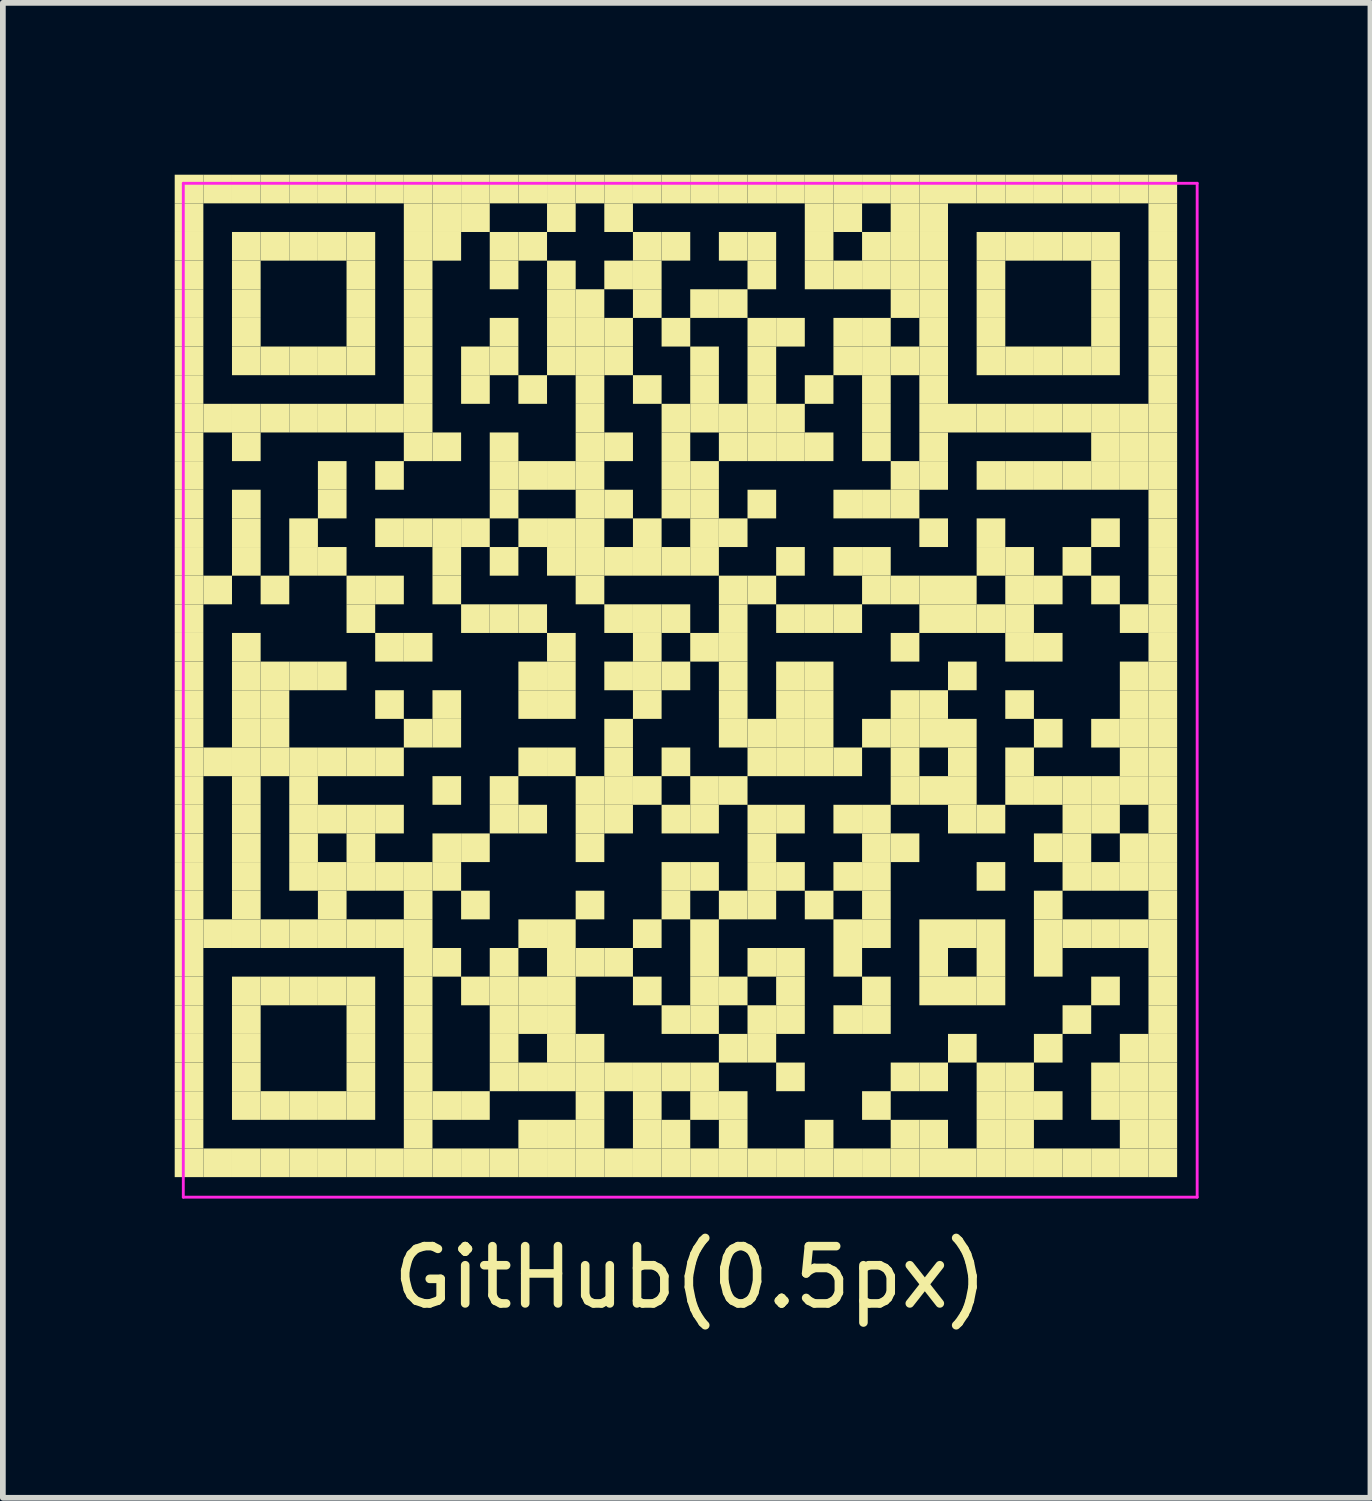
<source format=kicad_pcb>
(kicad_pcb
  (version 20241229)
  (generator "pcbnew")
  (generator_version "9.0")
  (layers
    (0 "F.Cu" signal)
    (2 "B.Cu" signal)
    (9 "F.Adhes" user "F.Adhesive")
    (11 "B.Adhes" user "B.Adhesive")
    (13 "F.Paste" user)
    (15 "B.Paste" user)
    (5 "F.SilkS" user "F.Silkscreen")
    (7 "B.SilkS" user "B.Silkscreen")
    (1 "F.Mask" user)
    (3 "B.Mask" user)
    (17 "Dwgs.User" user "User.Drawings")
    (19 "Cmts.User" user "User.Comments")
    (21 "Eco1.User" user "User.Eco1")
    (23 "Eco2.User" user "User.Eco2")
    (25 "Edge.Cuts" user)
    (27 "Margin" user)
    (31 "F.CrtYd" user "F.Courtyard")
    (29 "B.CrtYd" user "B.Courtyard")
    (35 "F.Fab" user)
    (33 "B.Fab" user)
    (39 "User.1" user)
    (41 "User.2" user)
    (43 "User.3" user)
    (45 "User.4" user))
  (footprint "GitHub(0.5px)"
    (layer "F.Cu")
    (at 9 9)
    (property "Reference" "GitHub(0.5px)" (at 0 10.25 0) (layer "F.SilkS") (effects (font (size 1 1) (thickness 0.15))))
    (attr through_hole)
    (fp_poly (pts (xy -8.5 -8.5) (xy -8.5 -9) (xy -9 -9) (xy -9 -8.5)) (stroke (width 0) (type solid)) (fill yes) (layer "F.SilkS"))
    (fp_poly (pts (xy -8.5 -8) (xy -8.5 -8.5) (xy -9 -8.5) (xy -9 -8)) (stroke (width 0) (type solid)) (fill yes) (layer "F.SilkS"))
    (fp_poly (pts (xy -8.5 -7.5) (xy -8.5 -8) (xy -9 -8) (xy -9 -7.5)) (stroke (width 0) (type solid)) (fill yes) (layer "F.SilkS"))
    (fp_poly (pts (xy -8.5 -7) (xy -8.5 -7.5) (xy -9 -7.5) (xy -9 -7)) (stroke (width 0) (type solid)) (fill yes) (layer "F.SilkS"))
    (fp_poly (pts (xy -8.5 -6.5) (xy -8.5 -7) (xy -9 -7) (xy -9 -6.5)) (stroke (width 0) (type solid)) (fill yes) (layer "F.SilkS"))
    (fp_poly (pts (xy -8.5 -6) (xy -8.5 -6.5) (xy -9 -6.5) (xy -9 -6)) (stroke (width 0) (type solid)) (fill yes) (layer "F.SilkS"))
    (fp_poly (pts (xy -8.5 -5.5) (xy -8.5 -6) (xy -9 -6) (xy -9 -5.5)) (stroke (width 0) (type solid)) (fill yes) (layer "F.SilkS"))
    (fp_poly (pts (xy -8.5 -5) (xy -8.5 -5.5) (xy -9 -5.5) (xy -9 -5)) (stroke (width 0) (type solid)) (fill yes) (layer "F.SilkS"))
    (fp_poly (pts (xy -8.5 -4.5) (xy -8.5 -5) (xy -9 -5) (xy -9 -4.5)) (stroke (width 0) (type solid)) (fill yes) (layer "F.SilkS"))
    (fp_poly (pts (xy -8.5 -4) (xy -8.5 -4.5) (xy -9 -4.5) (xy -9 -4)) (stroke (width 0) (type solid)) (fill yes) (layer "F.SilkS"))
    (fp_poly (pts (xy -8.5 -3.5) (xy -8.5 -4) (xy -9 -4) (xy -9 -3.5)) (stroke (width 0) (type solid)) (fill yes) (layer "F.SilkS"))
    (fp_poly (pts (xy -8.5 -3) (xy -8.5 -3.5) (xy -9 -3.5) (xy -9 -3)) (stroke (width 0) (type solid)) (fill yes) (layer "F.SilkS"))
    (fp_poly (pts (xy -8.5 -2.5) (xy -8.5 -3) (xy -9 -3) (xy -9 -2.5)) (stroke (width 0) (type solid)) (fill yes) (layer "F.SilkS"))
    (fp_poly (pts (xy -8.5 -2) (xy -8.5 -2.5) (xy -9 -2.5) (xy -9 -2)) (stroke (width 0) (type solid)) (fill yes) (layer "F.SilkS"))
    (fp_poly (pts (xy -8.5 -1.5) (xy -8.5 -2) (xy -9 -2) (xy -9 -1.5)) (stroke (width 0) (type solid)) (fill yes) (layer "F.SilkS"))
    (fp_poly (pts (xy -8.5 -1) (xy -8.5 -1.5) (xy -9 -1.5) (xy -9 -1)) (stroke (width 0) (type solid)) (fill yes) (layer "F.SilkS"))
    (fp_poly (pts (xy -8.5 -0.5) (xy -8.5 -1) (xy -9 -1) (xy -9 -0.5)) (stroke (width 0) (type solid)) (fill yes) (layer "F.SilkS"))
    (fp_poly (pts (xy -8.5 0) (xy -8.5 -0.5) (xy -9 -0.5) (xy -9 0)) (stroke (width 0) (type solid)) (fill yes) (layer "F.SilkS"))
    (fp_poly (pts (xy -8.5 0.5) (xy -8.5 0) (xy -9 0) (xy -9 0.5)) (stroke (width 0) (type solid)) (fill yes) (layer "F.SilkS"))
    (fp_poly (pts (xy -8.5 1) (xy -8.5 0.5) (xy -9 0.5) (xy -9 1)) (stroke (width 0) (type solid)) (fill yes) (layer "F.SilkS"))
    (fp_poly (pts (xy -8.5 1.5) (xy -8.5 1) (xy -9 1) (xy -9 1.5)) (stroke (width 0) (type solid)) (fill yes) (layer "F.SilkS"))
    (fp_poly (pts (xy -8.5 2) (xy -8.5 1.5) (xy -9 1.5) (xy -9 2)) (stroke (width 0) (type solid)) (fill yes) (layer "F.SilkS"))
    (fp_poly (pts (xy -8.5 2.5) (xy -8.5 2) (xy -9 2) (xy -9 2.5)) (stroke (width 0) (type solid)) (fill yes) (layer "F.SilkS"))
    (fp_poly (pts (xy -8.5 3) (xy -8.5 2.5) (xy -9 2.5) (xy -9 3)) (stroke (width 0) (type solid)) (fill yes) (layer "F.SilkS"))
    (fp_poly (pts (xy -8.5 3.5) (xy -8.5 3) (xy -9 3) (xy -9 3.5)) (stroke (width 0) (type solid)) (fill yes) (layer "F.SilkS"))
    (fp_poly (pts (xy -8.5 4) (xy -8.5 3.5) (xy -9 3.5) (xy -9 4)) (stroke (width 0) (type solid)) (fill yes) (layer "F.SilkS"))
    (fp_poly (pts (xy -8.5 4.5) (xy -8.5 4) (xy -9 4) (xy -9 4.5)) (stroke (width 0) (type solid)) (fill yes) (layer "F.SilkS"))
    (fp_poly (pts (xy -8.5 5) (xy -8.5 4.5) (xy -9 4.5) (xy -9 5)) (stroke (width 0) (type solid)) (fill yes) (layer "F.SilkS"))
    (fp_poly (pts (xy -8.5 5.5) (xy -8.5 5) (xy -9 5) (xy -9 5.5)) (stroke (width 0) (type solid)) (fill yes) (layer "F.SilkS"))
    (fp_poly (pts (xy -8.5 6) (xy -8.5 5.5) (xy -9 5.5) (xy -9 6)) (stroke (width 0) (type solid)) (fill yes) (layer "F.SilkS"))
    (fp_poly (pts (xy -8.5 6.5) (xy -8.5 6) (xy -9 6) (xy -9 6.5)) (stroke (width 0) (type solid)) (fill yes) (layer "F.SilkS"))
    (fp_poly (pts (xy -8.5 7) (xy -8.5 6.5) (xy -9 6.5) (xy -9 7)) (stroke (width 0) (type solid)) (fill yes) (layer "F.SilkS"))
    (fp_poly (pts (xy -8.5 7.5) (xy -8.5 7) (xy -9 7) (xy -9 7.5)) (stroke (width 0) (type solid)) (fill yes) (layer "F.SilkS"))
    (fp_poly (pts (xy -8.5 8) (xy -8.5 7.5) (xy -9 7.5) (xy -9 8)) (stroke (width 0) (type solid)) (fill yes) (layer "F.SilkS"))
    (fp_poly (pts (xy -8.5 8.5) (xy -8.5 8) (xy -9 8) (xy -9 8.5)) (stroke (width 0) (type solid)) (fill yes) (layer "F.SilkS"))
    (fp_poly (pts (xy -8 -8.5) (xy -8 -9) (xy -8.5 -9) (xy -8.5 -8.5)) (stroke (width 0) (type solid)) (fill yes) (layer "F.SilkS"))
    (fp_poly (pts (xy -8 -4.5) (xy -8 -5) (xy -8.5 -5) (xy -8.5 -4.5)) (stroke (width 0) (type solid)) (fill yes) (layer "F.SilkS"))
    (fp_poly (pts (xy -8 -1.5) (xy -8 -2) (xy -8.5 -2) (xy -8.5 -1.5)) (stroke (width 0) (type solid)) (fill yes) (layer "F.SilkS"))
    (fp_poly (pts (xy -8 1.5) (xy -8 1) (xy -8.5 1) (xy -8.5 1.5)) (stroke (width 0) (type solid)) (fill yes) (layer "F.SilkS"))
    (fp_poly (pts (xy -8 4.5) (xy -8 4) (xy -8.5 4) (xy -8.5 4.5)) (stroke (width 0) (type solid)) (fill yes) (layer "F.SilkS"))
    (fp_poly (pts (xy -8 8.5) (xy -8 8) (xy -8.5 8) (xy -8.5 8.5)) (stroke (width 0) (type solid)) (fill yes) (layer "F.SilkS"))
    (fp_poly (pts (xy -7.5 -8.5) (xy -7.5 -9) (xy -8 -9) (xy -8 -8.5)) (stroke (width 0) (type solid)) (fill yes) (layer "F.SilkS"))
    (fp_poly (pts (xy -7.5 -7.5) (xy -7.5 -8) (xy -8 -8) (xy -8 -7.5)) (stroke (width 0) (type solid)) (fill yes) (layer "F.SilkS"))
    (fp_poly (pts (xy -7.5 -7) (xy -7.5 -7.5) (xy -8 -7.5) (xy -8 -7)) (stroke (width 0) (type solid)) (fill yes) (layer "F.SilkS"))
    (fp_poly (pts (xy -7.5 -6.5) (xy -7.5 -7) (xy -8 -7) (xy -8 -6.5)) (stroke (width 0) (type solid)) (fill yes) (layer "F.SilkS"))
    (fp_poly (pts (xy -7.5 -6) (xy -7.5 -6.5) (xy -8 -6.5) (xy -8 -6)) (stroke (width 0) (type solid)) (fill yes) (layer "F.SilkS"))
    (fp_poly (pts (xy -7.5 -5.5) (xy -7.5 -6) (xy -8 -6) (xy -8 -5.5)) (stroke (width 0) (type solid)) (fill yes) (layer "F.SilkS"))
    (fp_poly (pts (xy -7.5 -4.5) (xy -7.5 -5) (xy -8 -5) (xy -8 -4.5)) (stroke (width 0) (type solid)) (fill yes) (layer "F.SilkS"))
    (fp_poly (pts (xy -7.5 -4) (xy -7.5 -4.5) (xy -8 -4.5) (xy -8 -4)) (stroke (width 0) (type solid)) (fill yes) (layer "F.SilkS"))
    (fp_poly (pts (xy -7.5 -3) (xy -7.5 -3.5) (xy -8 -3.5) (xy -8 -3)) (stroke (width 0) (type solid)) (fill yes) (layer "F.SilkS"))
    (fp_poly (pts (xy -7.5 -2.5) (xy -7.5 -3) (xy -8 -3) (xy -8 -2.5)) (stroke (width 0) (type solid)) (fill yes) (layer "F.SilkS"))
    (fp_poly (pts (xy -7.5 -2) (xy -7.5 -2.5) (xy -8 -2.5) (xy -8 -2)) (stroke (width 0) (type solid)) (fill yes) (layer "F.SilkS"))
    (fp_poly (pts (xy -7.5 -0.5) (xy -7.5 -1) (xy -8 -1) (xy -8 -0.5)) (stroke (width 0) (type solid)) (fill yes) (layer "F.SilkS"))
    (fp_poly (pts (xy -7.5 0) (xy -7.5 -0.5) (xy -8 -0.5) (xy -8 0)) (stroke (width 0) (type solid)) (fill yes) (layer "F.SilkS"))
    (fp_poly (pts (xy -7.5 0.5) (xy -7.5 0) (xy -8 0) (xy -8 0.5)) (stroke (width 0) (type solid)) (fill yes) (layer "F.SilkS"))
    (fp_poly (pts (xy -7.5 1) (xy -7.5 0.5) (xy -8 0.5) (xy -8 1)) (stroke (width 0) (type solid)) (fill yes) (layer "F.SilkS"))
    (fp_poly (pts (xy -7.5 1.5) (xy -7.5 1) (xy -8 1) (xy -8 1.5)) (stroke (width 0) (type solid)) (fill yes) (layer "F.SilkS"))
    (fp_poly (pts (xy -7.5 2) (xy -7.5 1.5) (xy -8 1.5) (xy -8 2)) (stroke (width 0) (type solid)) (fill yes) (layer "F.SilkS"))
    (fp_poly (pts (xy -7.5 2.5) (xy -7.5 2) (xy -8 2) (xy -8 2.5)) (stroke (width 0) (type solid)) (fill yes) (layer "F.SilkS"))
    (fp_poly (pts (xy -7.5 3) (xy -7.5 2.5) (xy -8 2.5) (xy -8 3)) (stroke (width 0) (type solid)) (fill yes) (layer "F.SilkS"))
    (fp_poly (pts (xy -7.5 3.5) (xy -7.5 3) (xy -8 3) (xy -8 3.5)) (stroke (width 0) (type solid)) (fill yes) (layer "F.SilkS"))
    (fp_poly (pts (xy -7.5 4) (xy -7.5 3.5) (xy -8 3.5) (xy -8 4)) (stroke (width 0) (type solid)) (fill yes) (layer "F.SilkS"))
    (fp_poly (pts (xy -7.5 4.5) (xy -7.5 4) (xy -8 4) (xy -8 4.5)) (stroke (width 0) (type solid)) (fill yes) (layer "F.SilkS"))
    (fp_poly (pts (xy -7.5 5.5) (xy -7.5 5) (xy -8 5) (xy -8 5.5)) (stroke (width 0) (type solid)) (fill yes) (layer "F.SilkS"))
    (fp_poly (pts (xy -7.5 6) (xy -7.5 5.5) (xy -8 5.5) (xy -8 6)) (stroke (width 0) (type solid)) (fill yes) (layer "F.SilkS"))
    (fp_poly (pts (xy -7.5 6.5) (xy -7.5 6) (xy -8 6) (xy -8 6.5)) (stroke (width 0) (type solid)) (fill yes) (layer "F.SilkS"))
    (fp_poly (pts (xy -7.5 7) (xy -7.5 6.5) (xy -8 6.5) (xy -8 7)) (stroke (width 0) (type solid)) (fill yes) (layer "F.SilkS"))
    (fp_poly (pts (xy -7.5 7.5) (xy -7.5 7) (xy -8 7) (xy -8 7.5)) (stroke (width 0) (type solid)) (fill yes) (layer "F.SilkS"))
    (fp_poly (pts (xy -7.5 8.5) (xy -7.5 8) (xy -8 8) (xy -8 8.5)) (stroke (width 0) (type solid)) (fill yes) (layer "F.SilkS"))
    (fp_poly (pts (xy -7 -8.5) (xy -7 -9) (xy -7.5 -9) (xy -7.5 -8.5)) (stroke (width 0) (type solid)) (fill yes) (layer "F.SilkS"))
    (fp_poly (pts (xy -7 -7.5) (xy -7 -8) (xy -7.5 -8) (xy -7.5 -7.5)) (stroke (width 0) (type solid)) (fill yes) (layer "F.SilkS"))
    (fp_poly (pts (xy -7 -5.5) (xy -7 -6) (xy -7.5 -6) (xy -7.5 -5.5)) (stroke (width 0) (type solid)) (fill yes) (layer "F.SilkS"))
    (fp_poly (pts (xy -7 -4.5) (xy -7 -5) (xy -7.5 -5) (xy -7.5 -4.5)) (stroke (width 0) (type solid)) (fill yes) (layer "F.SilkS"))
    (fp_poly (pts (xy -7 -1.5) (xy -7 -2) (xy -7.5 -2) (xy -7.5 -1.5)) (stroke (width 0) (type solid)) (fill yes) (layer "F.SilkS"))
    (fp_poly (pts (xy -7 0) (xy -7 -0.5) (xy -7.5 -0.5) (xy -7.5 0)) (stroke (width 0) (type solid)) (fill yes) (layer "F.SilkS"))
    (fp_poly (pts (xy -7 0.5) (xy -7 0) (xy -7.5 0) (xy -7.5 0.5)) (stroke (width 0) (type solid)) (fill yes) (layer "F.SilkS"))
    (fp_poly (pts (xy -7 1) (xy -7 0.5) (xy -7.5 0.5) (xy -7.5 1)) (stroke (width 0) (type solid)) (fill yes) (layer "F.SilkS"))
    (fp_poly (pts (xy -7 1.5) (xy -7 1) (xy -7.5 1) (xy -7.5 1.5)) (stroke (width 0) (type solid)) (fill yes) (layer "F.SilkS"))
    (fp_poly (pts (xy -7 4.5) (xy -7 4) (xy -7.5 4) (xy -7.5 4.5)) (stroke (width 0) (type solid)) (fill yes) (layer "F.SilkS"))
    (fp_poly (pts (xy -7 5.5) (xy -7 5) (xy -7.5 5) (xy -7.5 5.5)) (stroke (width 0) (type solid)) (fill yes) (layer "F.SilkS"))
    (fp_poly (pts (xy -7 7.5) (xy -7 7) (xy -7.5 7) (xy -7.5 7.5)) (stroke (width 0) (type solid)) (fill yes) (layer "F.SilkS"))
    (fp_poly (pts (xy -7 8.5) (xy -7 8) (xy -7.5 8) (xy -7.5 8.5)) (stroke (width 0) (type solid)) (fill yes) (layer "F.SilkS"))
    (fp_poly (pts (xy -6.5 -8.5) (xy -6.5 -9) (xy -7 -9) (xy -7 -8.5)) (stroke (width 0) (type solid)) (fill yes) (layer "F.SilkS"))
    (fp_poly (pts (xy -6.5 -7.5) (xy -6.5 -8) (xy -7 -8) (xy -7 -7.5)) (stroke (width 0) (type solid)) (fill yes) (layer "F.SilkS"))
    (fp_poly (pts (xy -6.5 -5.5) (xy -6.5 -6) (xy -7 -6) (xy -7 -5.5)) (stroke (width 0) (type solid)) (fill yes) (layer "F.SilkS"))
    (fp_poly (pts (xy -6.5 -4.5) (xy -6.5 -5) (xy -7 -5) (xy -7 -4.5)) (stroke (width 0) (type solid)) (fill yes) (layer "F.SilkS"))
    (fp_poly (pts (xy -6.5 -2.5) (xy -6.5 -3) (xy -7 -3) (xy -7 -2.5)) (stroke (width 0) (type solid)) (fill yes) (layer "F.SilkS"))
    (fp_poly (pts (xy -6.5 -2) (xy -6.5 -2.5) (xy -7 -2.5) (xy -7 -2)) (stroke (width 0) (type solid)) (fill yes) (layer "F.SilkS"))
    (fp_poly (pts (xy -6.5 0) (xy -6.5 -0.5) (xy -7 -0.5) (xy -7 0)) (stroke (width 0) (type solid)) (fill yes) (layer "F.SilkS"))
    (fp_poly (pts (xy -6.5 1.5) (xy -6.5 1) (xy -7 1) (xy -7 1.5)) (stroke (width 0) (type solid)) (fill yes) (layer "F.SilkS"))
    (fp_poly (pts (xy -6.5 2) (xy -6.5 1.5) (xy -7 1.5) (xy -7 2)) (stroke (width 0) (type solid)) (fill yes) (layer "F.SilkS"))
    (fp_poly (pts (xy -6.5 2.5) (xy -6.5 2) (xy -7 2) (xy -7 2.5)) (stroke (width 0) (type solid)) (fill yes) (layer "F.SilkS"))
    (fp_poly (pts (xy -6.5 3) (xy -6.5 2.5) (xy -7 2.5) (xy -7 3)) (stroke (width 0) (type solid)) (fill yes) (layer "F.SilkS"))
    (fp_poly (pts (xy -6.5 3.5) (xy -6.5 3) (xy -7 3) (xy -7 3.5)) (stroke (width 0) (type solid)) (fill yes) (layer "F.SilkS"))
    (fp_poly (pts (xy -6.5 4.5) (xy -6.5 4) (xy -7 4) (xy -7 4.5)) (stroke (width 0) (type solid)) (fill yes) (layer "F.SilkS"))
    (fp_poly (pts (xy -6.5 5.5) (xy -6.5 5) (xy -7 5) (xy -7 5.5)) (stroke (width 0) (type solid)) (fill yes) (layer "F.SilkS"))
    (fp_poly (pts (xy -6.5 7.5) (xy -6.5 7) (xy -7 7) (xy -7 7.5)) (stroke (width 0) (type solid)) (fill yes) (layer "F.SilkS"))
    (fp_poly (pts (xy -6.5 8.5) (xy -6.5 8) (xy -7 8) (xy -7 8.5)) (stroke (width 0) (type solid)) (fill yes) (layer "F.SilkS"))
    (fp_poly (pts (xy -6 -8.5) (xy -6 -9) (xy -6.5 -9) (xy -6.5 -8.5)) (stroke (width 0) (type solid)) (fill yes) (layer "F.SilkS"))
    (fp_poly (pts (xy -6 -7.5) (xy -6 -8) (xy -6.5 -8) (xy -6.5 -7.5)) (stroke (width 0) (type solid)) (fill yes) (layer "F.SilkS"))
    (fp_poly (pts (xy -6 -5.5) (xy -6 -6) (xy -6.5 -6) (xy -6.5 -5.5)) (stroke (width 0) (type solid)) (fill yes) (layer "F.SilkS"))
    (fp_poly (pts (xy -6 -4.5) (xy -6 -5) (xy -6.5 -5) (xy -6.5 -4.5)) (stroke (width 0) (type solid)) (fill yes) (layer "F.SilkS"))
    (fp_poly (pts (xy -6 -3.5) (xy -6 -4) (xy -6.5 -4) (xy -6.5 -3.5)) (stroke (width 0) (type solid)) (fill yes) (layer "F.SilkS"))
    (fp_poly (pts (xy -6 -3) (xy -6 -3.5) (xy -6.5 -3.5) (xy -6.5 -3)) (stroke (width 0) (type solid)) (fill yes) (layer "F.SilkS"))
    (fp_poly (pts (xy -6 -2) (xy -6 -2.5) (xy -6.5 -2.5) (xy -6.5 -2)) (stroke (width 0) (type solid)) (fill yes) (layer "F.SilkS"))
    (fp_poly (pts (xy -6 0) (xy -6 -0.5) (xy -6.5 -0.5) (xy -6.5 0)) (stroke (width 0) (type solid)) (fill yes) (layer "F.SilkS"))
    (fp_poly (pts (xy -6 1.5) (xy -6 1) (xy -6.5 1) (xy -6.5 1.5)) (stroke (width 0) (type solid)) (fill yes) (layer "F.SilkS"))
    (fp_poly (pts (xy -6 2.5) (xy -6 2) (xy -6.5 2) (xy -6.5 2.5)) (stroke (width 0) (type solid)) (fill yes) (layer "F.SilkS"))
    (fp_poly (pts (xy -6 3.5) (xy -6 3) (xy -6.5 3) (xy -6.5 3.5)) (stroke (width 0) (type solid)) (fill yes) (layer "F.SilkS"))
    (fp_poly (pts (xy -6 4) (xy -6 3.5) (xy -6.5 3.5) (xy -6.5 4)) (stroke (width 0) (type solid)) (fill yes) (layer "F.SilkS"))
    (fp_poly (pts (xy -6 4.5) (xy -6 4) (xy -6.5 4) (xy -6.5 4.5)) (stroke (width 0) (type solid)) (fill yes) (layer "F.SilkS"))
    (fp_poly (pts (xy -6 5.5) (xy -6 5) (xy -6.5 5) (xy -6.5 5.5)) (stroke (width 0) (type solid)) (fill yes) (layer "F.SilkS"))
    (fp_poly (pts (xy -6 7.5) (xy -6 7) (xy -6.5 7) (xy -6.5 7.5)) (stroke (width 0) (type solid)) (fill yes) (layer "F.SilkS"))
    (fp_poly (pts (xy -6 8.5) (xy -6 8) (xy -6.5 8) (xy -6.5 8.5)) (stroke (width 0) (type solid)) (fill yes) (layer "F.SilkS"))
    (fp_poly (pts (xy -5.5 -8.5) (xy -5.5 -9) (xy -6 -9) (xy -6 -8.5)) (stroke (width 0) (type solid)) (fill yes) (layer "F.SilkS"))
    (fp_poly (pts (xy -5.5 -7.5) (xy -5.5 -8) (xy -6 -8) (xy -6 -7.5)) (stroke (width 0) (type solid)) (fill yes) (layer "F.SilkS"))
    (fp_poly (pts (xy -5.5 -7) (xy -5.5 -7.5) (xy -6 -7.5) (xy -6 -7)) (stroke (width 0) (type solid)) (fill yes) (layer "F.SilkS"))
    (fp_poly (pts (xy -5.5 -6.5) (xy -5.5 -7) (xy -6 -7) (xy -6 -6.5)) (stroke (width 0) (type solid)) (fill yes) (layer "F.SilkS"))
    (fp_poly (pts (xy -5.5 -6) (xy -5.5 -6.5) (xy -6 -6.5) (xy -6 -6)) (stroke (width 0) (type solid)) (fill yes) (layer "F.SilkS"))
    (fp_poly (pts (xy -5.5 -5.5) (xy -5.5 -6) (xy -6 -6) (xy -6 -5.5)) (stroke (width 0) (type solid)) (fill yes) (layer "F.SilkS"))
    (fp_poly (pts (xy -5.5 -4.5) (xy -5.5 -5) (xy -6 -5) (xy -6 -4.5)) (stroke (width 0) (type solid)) (fill yes) (layer "F.SilkS"))
    (fp_poly (pts (xy -5.5 -1.5) (xy -5.5 -2) (xy -6 -2) (xy -6 -1.5)) (stroke (width 0) (type solid)) (fill yes) (layer "F.SilkS"))
    (fp_poly (pts (xy -5.5 -1) (xy -5.5 -1.5) (xy -6 -1.5) (xy -6 -1)) (stroke (width 0) (type solid)) (fill yes) (layer "F.SilkS"))
    (fp_poly (pts (xy -5.5 1.5) (xy -5.5 1) (xy -6 1) (xy -6 1.5)) (stroke (width 0) (type solid)) (fill yes) (layer "F.SilkS"))
    (fp_poly (pts (xy -5.5 2.5) (xy -5.5 2) (xy -6 2) (xy -6 2.5)) (stroke (width 0) (type solid)) (fill yes) (layer "F.SilkS"))
    (fp_poly (pts (xy -5.5 3) (xy -5.5 2.5) (xy -6 2.5) (xy -6 3)) (stroke (width 0) (type solid)) (fill yes) (layer "F.SilkS"))
    (fp_poly (pts (xy -5.5 3.5) (xy -5.5 3) (xy -6 3) (xy -6 3.5)) (stroke (width 0) (type solid)) (fill yes) (layer "F.SilkS"))
    (fp_poly (pts (xy -5.5 4.5) (xy -5.5 4) (xy -6 4) (xy -6 4.5)) (stroke (width 0) (type solid)) (fill yes) (layer "F.SilkS"))
    (fp_poly (pts (xy -5.5 5.5) (xy -5.5 5) (xy -6 5) (xy -6 5.5)) (stroke (width 0) (type solid)) (fill yes) (layer "F.SilkS"))
    (fp_poly (pts (xy -5.5 6) (xy -5.5 5.5) (xy -6 5.5) (xy -6 6)) (stroke (width 0) (type solid)) (fill yes) (layer "F.SilkS"))
    (fp_poly (pts (xy -5.5 6.5) (xy -5.5 6) (xy -6 6) (xy -6 6.5)) (stroke (width 0) (type solid)) (fill yes) (layer "F.SilkS"))
    (fp_poly (pts (xy -5.5 7) (xy -5.5 6.5) (xy -6 6.5) (xy -6 7)) (stroke (width 0) (type solid)) (fill yes) (layer "F.SilkS"))
    (fp_poly (pts (xy -5.5 7.5) (xy -5.5 7) (xy -6 7) (xy -6 7.5)) (stroke (width 0) (type solid)) (fill yes) (layer "F.SilkS"))
    (fp_poly (pts (xy -5.5 8.5) (xy -5.5 8) (xy -6 8) (xy -6 8.5)) (stroke (width 0) (type solid)) (fill yes) (layer "F.SilkS"))
    (fp_poly (pts (xy -5 -8.5) (xy -5 -9) (xy -5.5 -9) (xy -5.5 -8.5)) (stroke (width 0) (type solid)) (fill yes) (layer "F.SilkS"))
    (fp_poly (pts (xy -5 -4.5) (xy -5 -5) (xy -5.5 -5) (xy -5.5 -4.5)) (stroke (width 0) (type solid)) (fill yes) (layer "F.SilkS"))
    (fp_poly (pts (xy -5 -3.5) (xy -5 -4) (xy -5.5 -4) (xy -5.5 -3.5)) (stroke (width 0) (type solid)) (fill yes) (layer "F.SilkS"))
    (fp_poly (pts (xy -5 -2.5) (xy -5 -3) (xy -5.5 -3) (xy -5.5 -2.5)) (stroke (width 0) (type solid)) (fill yes) (layer "F.SilkS"))
    (fp_poly (pts (xy -5 -1.5) (xy -5 -2) (xy -5.5 -2) (xy -5.5 -1.5)) (stroke (width 0) (type solid)) (fill yes) (layer "F.SilkS"))
    (fp_poly (pts (xy -5 -0.5) (xy -5 -1) (xy -5.5 -1) (xy -5.5 -0.5)) (stroke (width 0) (type solid)) (fill yes) (layer "F.SilkS"))
    (fp_poly (pts (xy -5 0.5) (xy -5 0) (xy -5.5 0) (xy -5.5 0.5)) (stroke (width 0) (type solid)) (fill yes) (layer "F.SilkS"))
    (fp_poly (pts (xy -5 1.5) (xy -5 1) (xy -5.5 1) (xy -5.5 1.5)) (stroke (width 0) (type solid)) (fill yes) (layer "F.SilkS"))
    (fp_poly (pts (xy -5 2.5) (xy -5 2) (xy -5.5 2) (xy -5.5 2.5)) (stroke (width 0) (type solid)) (fill yes) (layer "F.SilkS"))
    (fp_poly (pts (xy -5 3.5) (xy -5 3) (xy -5.5 3) (xy -5.5 3.5)) (stroke (width 0) (type solid)) (fill yes) (layer "F.SilkS"))
    (fp_poly (pts (xy -5 4.5) (xy -5 4) (xy -5.5 4) (xy -5.5 4.5)) (stroke (width 0) (type solid)) (fill yes) (layer "F.SilkS"))
    (fp_poly (pts (xy -5 8.5) (xy -5 8) (xy -5.5 8) (xy -5.5 8.5)) (stroke (width 0) (type solid)) (fill yes) (layer "F.SilkS"))
    (fp_poly (pts (xy -4.5 -8.5) (xy -4.5 -9) (xy -5 -9) (xy -5 -8.5)) (stroke (width 0) (type solid)) (fill yes) (layer "F.SilkS"))
    (fp_poly (pts (xy -4.5 -8) (xy -4.5 -8.5) (xy -5 -8.5) (xy -5 -8)) (stroke (width 0) (type solid)) (fill yes) (layer "F.SilkS"))
    (fp_poly (pts (xy -4.5 -7.5) (xy -4.5 -8) (xy -5 -8) (xy -5 -7.5)) (stroke (width 0) (type solid)) (fill yes) (layer "F.SilkS"))
    (fp_poly (pts (xy -4.5 -7) (xy -4.5 -7.5) (xy -5 -7.5) (xy -5 -7)) (stroke (width 0) (type solid)) (fill yes) (layer "F.SilkS"))
    (fp_poly (pts (xy -4.5 -6.5) (xy -4.5 -7) (xy -5 -7) (xy -5 -6.5)) (stroke (width 0) (type solid)) (fill yes) (layer "F.SilkS"))
    (fp_poly (pts (xy -4.5 -6) (xy -4.5 -6.5) (xy -5 -6.5) (xy -5 -6)) (stroke (width 0) (type solid)) (fill yes) (layer "F.SilkS"))
    (fp_poly (pts (xy -4.5 -5.5) (xy -4.5 -6) (xy -5 -6) (xy -5 -5.5)) (stroke (width 0) (type solid)) (fill yes) (layer "F.SilkS"))
    (fp_poly (pts (xy -4.5 -5) (xy -4.5 -5.5) (xy -5 -5.5) (xy -5 -5)) (stroke (width 0) (type solid)) (fill yes) (layer "F.SilkS"))
    (fp_poly (pts (xy -4.5 -4.5) (xy -4.5 -5) (xy -5 -5) (xy -5 -4.5)) (stroke (width 0) (type solid)) (fill yes) (layer "F.SilkS"))
    (fp_poly (pts (xy -4.5 -4) (xy -4.5 -4.5) (xy -5 -4.5) (xy -5 -4)) (stroke (width 0) (type solid)) (fill yes) (layer "F.SilkS"))
    (fp_poly (pts (xy -4.5 -2.5) (xy -4.5 -3) (xy -5 -3) (xy -5 -2.5)) (stroke (width 0) (type solid)) (fill yes) (layer "F.SilkS"))
    (fp_poly (pts (xy -4.5 -0.5) (xy -4.5 -1) (xy -5 -1) (xy -5 -0.5)) (stroke (width 0) (type solid)) (fill yes) (layer "F.SilkS"))
    (fp_poly (pts (xy -4.5 1) (xy -4.5 0.5) (xy -5 0.5) (xy -5 1)) (stroke (width 0) (type solid)) (fill yes) (layer "F.SilkS"))
    (fp_poly (pts (xy -4.5 3.5) (xy -4.5 3) (xy -5 3) (xy -5 3.5)) (stroke (width 0) (type solid)) (fill yes) (layer "F.SilkS"))
    (fp_poly (pts (xy -4.5 4) (xy -4.5 3.5) (xy -5 3.5) (xy -5 4)) (stroke (width 0) (type solid)) (fill yes) (layer "F.SilkS"))
    (fp_poly (pts (xy -4.5 4.5) (xy -4.5 4) (xy -5 4) (xy -5 4.5)) (stroke (width 0) (type solid)) (fill yes) (layer "F.SilkS"))
    (fp_poly (pts (xy -4.5 5) (xy -4.5 4.5) (xy -5 4.5) (xy -5 5)) (stroke (width 0) (type solid)) (fill yes) (layer "F.SilkS"))
    (fp_poly (pts (xy -4.5 5.5) (xy -4.5 5) (xy -5 5) (xy -5 5.5)) (stroke (width 0) (type solid)) (fill yes) (layer "F.SilkS"))
    (fp_poly (pts (xy -4.5 6) (xy -4.5 5.5) (xy -5 5.5) (xy -5 6)) (stroke (width 0) (type solid)) (fill yes) (layer "F.SilkS"))
    (fp_poly (pts (xy -4.5 6.5) (xy -4.5 6) (xy -5 6) (xy -5 6.5)) (stroke (width 0) (type solid)) (fill yes) (layer "F.SilkS"))
    (fp_poly (pts (xy -4.5 7) (xy -4.5 6.5) (xy -5 6.5) (xy -5 7)) (stroke (width 0) (type solid)) (fill yes) (layer "F.SilkS"))
    (fp_poly (pts (xy -4.5 7.5) (xy -4.5 7) (xy -5 7) (xy -5 7.5)) (stroke (width 0) (type solid)) (fill yes) (layer "F.SilkS"))
    (fp_poly (pts (xy -4.5 8) (xy -4.5 7.5) (xy -5 7.5) (xy -5 8)) (stroke (width 0) (type solid)) (fill yes) (layer "F.SilkS"))
    (fp_poly (pts (xy -4.5 8.5) (xy -4.5 8) (xy -5 8) (xy -5 8.5)) (stroke (width 0) (type solid)) (fill yes) (layer "F.SilkS"))
    (fp_poly (pts (xy -4 -8.5) (xy -4 -9) (xy -4.5 -9) (xy -4.5 -8.5)) (stroke (width 0) (type solid)) (fill yes) (layer "F.SilkS"))
    (fp_poly (pts (xy -4 -8) (xy -4 -8.5) (xy -4.5 -8.5) (xy -4.5 -8)) (stroke (width 0) (type solid)) (fill yes) (layer "F.SilkS"))
    (fp_poly (pts (xy -4 -7.5) (xy -4 -8) (xy -4.5 -8) (xy -4.5 -7.5)) (stroke (width 0) (type solid)) (fill yes) (layer "F.SilkS"))
    (fp_poly (pts (xy -4 -4) (xy -4 -4.5) (xy -4.5 -4.5) (xy -4.5 -4)) (stroke (width 0) (type solid)) (fill yes) (layer "F.SilkS"))
    (fp_poly (pts (xy -4 -2.5) (xy -4 -3) (xy -4.5 -3) (xy -4.5 -2.5)) (stroke (width 0) (type solid)) (fill yes) (layer "F.SilkS"))
    (fp_poly (pts (xy -4 -2) (xy -4 -2.5) (xy -4.5 -2.5) (xy -4.5 -2)) (stroke (width 0) (type solid)) (fill yes) (layer "F.SilkS"))
    (fp_poly (pts (xy -4 -1.5) (xy -4 -2) (xy -4.5 -2) (xy -4.5 -1.5)) (stroke (width 0) (type solid)) (fill yes) (layer "F.SilkS"))
    (fp_poly (pts (xy -4 0.5) (xy -4 0) (xy -4.5 0) (xy -4.5 0.5)) (stroke (width 0) (type solid)) (fill yes) (layer "F.SilkS"))
    (fp_poly (pts (xy -4 1) (xy -4 0.5) (xy -4.5 0.5) (xy -4.5 1)) (stroke (width 0) (type solid)) (fill yes) (layer "F.SilkS"))
    (fp_poly (pts (xy -4 2) (xy -4 1.5) (xy -4.5 1.5) (xy -4.5 2)) (stroke (width 0) (type solid)) (fill yes) (layer "F.SilkS"))
    (fp_poly (pts (xy -4 3) (xy -4 2.5) (xy -4.5 2.5) (xy -4.5 3)) (stroke (width 0) (type solid)) (fill yes) (layer "F.SilkS"))
    (fp_poly (pts (xy -4 3.5) (xy -4 3) (xy -4.5 3) (xy -4.5 3.5)) (stroke (width 0) (type solid)) (fill yes) (layer "F.SilkS"))
    (fp_poly (pts (xy -4 5) (xy -4 4.5) (xy -4.5 4.5) (xy -4.5 5)) (stroke (width 0) (type solid)) (fill yes) (layer "F.SilkS"))
    (fp_poly (pts (xy -4 7.5) (xy -4 7) (xy -4.5 7) (xy -4.5 7.5)) (stroke (width 0) (type solid)) (fill yes) (layer "F.SilkS"))
    (fp_poly (pts (xy -4 8.5) (xy -4 8) (xy -4.5 8) (xy -4.5 8.5)) (stroke (width 0) (type solid)) (fill yes) (layer "F.SilkS"))
    (fp_poly (pts (xy -3.5 -8.5) (xy -3.5 -9) (xy -4 -9) (xy -4 -8.5)) (stroke (width 0) (type solid)) (fill yes) (layer "F.SilkS"))
    (fp_poly (pts (xy -3.5 -8) (xy -3.5 -8.5) (xy -4 -8.5) (xy -4 -8)) (stroke (width 0) (type solid)) (fill yes) (layer "F.SilkS"))
    (fp_poly (pts (xy -3.5 -5.5) (xy -3.5 -6) (xy -4 -6) (xy -4 -5.5)) (stroke (width 0) (type solid)) (fill yes) (layer "F.SilkS"))
    (fp_poly (pts (xy -3.5 -5) (xy -3.5 -5.5) (xy -4 -5.5) (xy -4 -5)) (stroke (width 0) (type solid)) (fill yes) (layer "F.SilkS"))
    (fp_poly (pts (xy -3.5 -2.5) (xy -3.5 -3) (xy -4 -3) (xy -4 -2.5)) (stroke (width 0) (type solid)) (fill yes) (layer "F.SilkS"))
    (fp_poly (pts (xy -3.5 -1) (xy -3.5 -1.5) (xy -4 -1.5) (xy -4 -1)) (stroke (width 0) (type solid)) (fill yes) (layer "F.SilkS"))
    (fp_poly (pts (xy -3.5 3) (xy -3.5 2.5) (xy -4 2.5) (xy -4 3)) (stroke (width 0) (type solid)) (fill yes) (layer "F.SilkS"))
    (fp_poly (pts (xy -3.5 4) (xy -3.5 3.5) (xy -4 3.5) (xy -4 4)) (stroke (width 0) (type solid)) (fill yes) (layer "F.SilkS"))
    (fp_poly (pts (xy -3.5 5.5) (xy -3.5 5) (xy -4 5) (xy -4 5.5)) (stroke (width 0) (type solid)) (fill yes) (layer "F.SilkS"))
    (fp_poly (pts (xy -3.5 7.5) (xy -3.5 7) (xy -4 7) (xy -4 7.5)) (stroke (width 0) (type solid)) (fill yes) (layer "F.SilkS"))
    (fp_poly (pts (xy -3.5 8.5) (xy -3.5 8) (xy -4 8) (xy -4 8.5)) (stroke (width 0) (type solid)) (fill yes) (layer "F.SilkS"))
    (fp_poly (pts (xy -3 -8.5) (xy -3 -9) (xy -3.5 -9) (xy -3.5 -8.5)) (stroke (width 0) (type solid)) (fill yes) (layer "F.SilkS"))
    (fp_poly (pts (xy -3 -7.5) (xy -3 -8) (xy -3.5 -8) (xy -3.5 -7.5)) (stroke (width 0) (type solid)) (fill yes) (layer "F.SilkS"))
    (fp_poly (pts (xy -3 -7) (xy -3 -7.5) (xy -3.5 -7.5) (xy -3.5 -7)) (stroke (width 0) (type solid)) (fill yes) (layer "F.SilkS"))
    (fp_poly (pts (xy -3 -6) (xy -3 -6.5) (xy -3.5 -6.5) (xy -3.5 -6)) (stroke (width 0) (type solid)) (fill yes) (layer "F.SilkS"))
    (fp_poly (pts (xy -3 -5.5) (xy -3 -6) (xy -3.5 -6) (xy -3.5 -5.5)) (stroke (width 0) (type solid)) (fill yes) (layer "F.SilkS"))
    (fp_poly (pts (xy -3 -4) (xy -3 -4.5) (xy -3.5 -4.5) (xy -3.5 -4)) (stroke (width 0) (type solid)) (fill yes) (layer "F.SilkS"))
    (fp_poly (pts (xy -3 -3.5) (xy -3 -4) (xy -3.5 -4) (xy -3.5 -3.5)) (stroke (width 0) (type solid)) (fill yes) (layer "F.SilkS"))
    (fp_poly (pts (xy -3 -3) (xy -3 -3.5) (xy -3.5 -3.5) (xy -3.5 -3)) (stroke (width 0) (type solid)) (fill yes) (layer "F.SilkS"))
    (fp_poly (pts (xy -3 -2) (xy -3 -2.5) (xy -3.5 -2.5) (xy -3.5 -2)) (stroke (width 0) (type solid)) (fill yes) (layer "F.SilkS"))
    (fp_poly (pts (xy -3 -1) (xy -3 -1.5) (xy -3.5 -1.5) (xy -3.5 -1)) (stroke (width 0) (type solid)) (fill yes) (layer "F.SilkS"))
    (fp_poly (pts (xy -3 2) (xy -3 1.5) (xy -3.5 1.5) (xy -3.5 2)) (stroke (width 0) (type solid)) (fill yes) (layer "F.SilkS"))
    (fp_poly (pts (xy -3 2.5) (xy -3 2) (xy -3.5 2) (xy -3.5 2.5)) (stroke (width 0) (type solid)) (fill yes) (layer "F.SilkS"))
    (fp_poly (pts (xy -3 5) (xy -3 4.5) (xy -3.5 4.5) (xy -3.5 5)) (stroke (width 0) (type solid)) (fill yes) (layer "F.SilkS"))
    (fp_poly (pts (xy -3 5.5) (xy -3 5) (xy -3.5 5) (xy -3.5 5.5)) (stroke (width 0) (type solid)) (fill yes) (layer "F.SilkS"))
    (fp_poly (pts (xy -3 6) (xy -3 5.5) (xy -3.5 5.5) (xy -3.5 6)) (stroke (width 0) (type solid)) (fill yes) (layer "F.SilkS"))
    (fp_poly (pts (xy -3 6.5) (xy -3 6) (xy -3.5 6) (xy -3.5 6.5)) (stroke (width 0) (type solid)) (fill yes) (layer "F.SilkS"))
    (fp_poly (pts (xy -3 7) (xy -3 6.5) (xy -3.5 6.5) (xy -3.5 7)) (stroke (width 0) (type solid)) (fill yes) (layer "F.SilkS"))
    (fp_poly (pts (xy -3 8.5) (xy -3 8) (xy -3.5 8) (xy -3.5 8.5)) (stroke (width 0) (type solid)) (fill yes) (layer "F.SilkS"))
    (fp_poly (pts (xy -2.5 -8.5) (xy -2.5 -9) (xy -3 -9) (xy -3 -8.5)) (stroke (width 0) (type solid)) (fill yes) (layer "F.SilkS"))
    (fp_poly (pts (xy -2.5 -7.5) (xy -2.5 -8) (xy -3 -8) (xy -3 -7.5)) (stroke (width 0) (type solid)) (fill yes) (layer "F.SilkS"))
    (fp_poly (pts (xy -2.5 -5) (xy -2.5 -5.5) (xy -3 -5.5) (xy -3 -5)) (stroke (width 0) (type solid)) (fill yes) (layer "F.SilkS"))
    (fp_poly (pts (xy -2.5 -3.5) (xy -2.5 -4) (xy -3 -4) (xy -3 -3.5)) (stroke (width 0) (type solid)) (fill yes) (layer "F.SilkS"))
    (fp_poly (pts (xy -2.5 -2.5) (xy -2.5 -3) (xy -3 -3) (xy -3 -2.5)) (stroke (width 0) (type solid)) (fill yes) (layer "F.SilkS"))
    (fp_poly (pts (xy -2.5 -1) (xy -2.5 -1.5) (xy -3 -1.5) (xy -3 -1)) (stroke (width 0) (type solid)) (fill yes) (layer "F.SilkS"))
    (fp_poly (pts (xy -2.5 0) (xy -2.5 -0.5) (xy -3 -0.5) (xy -3 0)) (stroke (width 0) (type solid)) (fill yes) (layer "F.SilkS"))
    (fp_poly (pts (xy -2.5 0.5) (xy -2.5 0) (xy -3 0) (xy -3 0.5)) (stroke (width 0) (type solid)) (fill yes) (layer "F.SilkS"))
    (fp_poly (pts (xy -2.5 1.5) (xy -2.5 1) (xy -3 1) (xy -3 1.5)) (stroke (width 0) (type solid)) (fill yes) (layer "F.SilkS"))
    (fp_poly (pts (xy -2.5 2.5) (xy -2.5 2) (xy -3 2) (xy -3 2.5)) (stroke (width 0) (type solid)) (fill yes) (layer "F.SilkS"))
    (fp_poly (pts (xy -2.5 4.5) (xy -2.5 4) (xy -3 4) (xy -3 4.5)) (stroke (width 0) (type solid)) (fill yes) (layer "F.SilkS"))
    (fp_poly (pts (xy -2.5 5.5) (xy -2.5 5) (xy -3 5) (xy -3 5.5)) (stroke (width 0) (type solid)) (fill yes) (layer "F.SilkS"))
    (fp_poly (pts (xy -2.5 6) (xy -2.5 5.5) (xy -3 5.5) (xy -3 6)) (stroke (width 0) (type solid)) (fill yes) (layer "F.SilkS"))
    (fp_poly (pts (xy -2.5 7) (xy -2.5 6.5) (xy -3 6.5) (xy -3 7)) (stroke (width 0) (type solid)) (fill yes) (layer "F.SilkS"))
    (fp_poly (pts (xy -2.5 8) (xy -2.5 7.5) (xy -3 7.5) (xy -3 8)) (stroke (width 0) (type solid)) (fill yes) (layer "F.SilkS"))
    (fp_poly (pts (xy -2.5 8.5) (xy -2.5 8) (xy -3 8) (xy -3 8.5)) (stroke (width 0) (type solid)) (fill yes) (layer "F.SilkS"))
    (fp_poly (pts (xy -2 -8.5) (xy -2 -9) (xy -2.5 -9) (xy -2.5 -8.5)) (stroke (width 0) (type solid)) (fill yes) (layer "F.SilkS"))
    (fp_poly (pts (xy -2 -8) (xy -2 -8.5) (xy -2.5 -8.5) (xy -2.5 -8)) (stroke (width 0) (type solid)) (fill yes) (layer "F.SilkS"))
    (fp_poly (pts (xy -2 -7) (xy -2 -7.5) (xy -2.5 -7.5) (xy -2.5 -7)) (stroke (width 0) (type solid)) (fill yes) (layer "F.SilkS"))
    (fp_poly (pts (xy -2 -6.5) (xy -2 -7) (xy -2.5 -7) (xy -2.5 -6.5)) (stroke (width 0) (type solid)) (fill yes) (layer "F.SilkS"))
    (fp_poly (pts (xy -2 -6) (xy -2 -6.5) (xy -2.5 -6.5) (xy -2.5 -6)) (stroke (width 0) (type solid)) (fill yes) (layer "F.SilkS"))
    (fp_poly (pts (xy -2 -5.5) (xy -2 -6) (xy -2.5 -6) (xy -2.5 -5.5)) (stroke (width 0) (type solid)) (fill yes) (layer "F.SilkS"))
    (fp_poly (pts (xy -2 -3.5) (xy -2 -4) (xy -2.5 -4) (xy -2.5 -3.5)) (stroke (width 0) (type solid)) (fill yes) (layer "F.SilkS"))
    (fp_poly (pts (xy -2 -2.5) (xy -2 -3) (xy -2.5 -3) (xy -2.5 -2.5)) (stroke (width 0) (type solid)) (fill yes) (layer "F.SilkS"))
    (fp_poly (pts (xy -2 -2) (xy -2 -2.5) (xy -2.5 -2.5) (xy -2.5 -2)) (stroke (width 0) (type solid)) (fill yes) (layer "F.SilkS"))
    (fp_poly (pts (xy -2 -0.5) (xy -2 -1) (xy -2.5 -1) (xy -2.5 -0.5)) (stroke (width 0) (type solid)) (fill yes) (layer "F.SilkS"))
    (fp_poly (pts (xy -2 0) (xy -2 -0.5) (xy -2.5 -0.5) (xy -2.5 0)) (stroke (width 0) (type solid)) (fill yes) (layer "F.SilkS"))
    (fp_poly (pts (xy -2 0.5) (xy -2 0) (xy -2.5 0) (xy -2.5 0.5)) (stroke (width 0) (type solid)) (fill yes) (layer "F.SilkS"))
    (fp_poly (pts (xy -2 1.5) (xy -2 1) (xy -2.5 1) (xy -2.5 1.5)) (stroke (width 0) (type solid)) (fill yes) (layer "F.SilkS"))
    (fp_poly (pts (xy -2 4.5) (xy -2 4) (xy -2.5 4) (xy -2.5 4.5)) (stroke (width 0) (type solid)) (fill yes) (layer "F.SilkS"))
    (fp_poly (pts (xy -2 5) (xy -2 4.5) (xy -2.5 4.5) (xy -2.5 5)) (stroke (width 0) (type solid)) (fill yes) (layer "F.SilkS"))
    (fp_poly (pts (xy -2 5.5) (xy -2 5) (xy -2.5 5) (xy -2.5 5.5)) (stroke (width 0) (type solid)) (fill yes) (layer "F.SilkS"))
    (fp_poly (pts (xy -2 6) (xy -2 5.5) (xy -2.5 5.5) (xy -2.5 6)) (stroke (width 0) (type solid)) (fill yes) (layer "F.SilkS"))
    (fp_poly (pts (xy -2 6.5) (xy -2 6) (xy -2.5 6) (xy -2.5 6.5)) (stroke (width 0) (type solid)) (fill yes) (layer "F.SilkS"))
    (fp_poly (pts (xy -2 7) (xy -2 6.5) (xy -2.5 6.5) (xy -2.5 7)) (stroke (width 0) (type solid)) (fill yes) (layer "F.SilkS"))
    (fp_poly (pts (xy -2 8) (xy -2 7.5) (xy -2.5 7.5) (xy -2.5 8)) (stroke (width 0) (type solid)) (fill yes) (layer "F.SilkS"))
    (fp_poly (pts (xy -2 8.5) (xy -2 8) (xy -2.5 8) (xy -2.5 8.5)) (stroke (width 0) (type solid)) (fill yes) (layer "F.SilkS"))
    (fp_poly (pts (xy -1.5 -8.5) (xy -1.5 -9) (xy -2 -9) (xy -2 -8.5)) (stroke (width 0) (type solid)) (fill yes) (layer "F.SilkS"))
    (fp_poly (pts (xy -1.5 -6.5) (xy -1.5 -7) (xy -2 -7) (xy -2 -6.5)) (stroke (width 0) (type solid)) (fill yes) (layer "F.SilkS"))
    (fp_poly (pts (xy -1.5 -6) (xy -1.5 -6.5) (xy -2 -6.5) (xy -2 -6)) (stroke (width 0) (type solid)) (fill yes) (layer "F.SilkS"))
    (fp_poly (pts (xy -1.5 -5.5) (xy -1.5 -6) (xy -2 -6) (xy -2 -5.5)) (stroke (width 0) (type solid)) (fill yes) (layer "F.SilkS"))
    (fp_poly (pts (xy -1.5 -5) (xy -1.5 -5.5) (xy -2 -5.5) (xy -2 -5)) (stroke (width 0) (type solid)) (fill yes) (layer "F.SilkS"))
    (fp_poly (pts (xy -1.5 -4.5) (xy -1.5 -5) (xy -2 -5) (xy -2 -4.5)) (stroke (width 0) (type solid)) (fill yes) (layer "F.SilkS"))
    (fp_poly (pts (xy -1.5 -4) (xy -1.5 -4.5) (xy -2 -4.5) (xy -2 -4)) (stroke (width 0) (type solid)) (fill yes) (layer "F.SilkS"))
    (fp_poly (pts (xy -1.5 -3.5) (xy -1.5 -4) (xy -2 -4) (xy -2 -3.5)) (stroke (width 0) (type solid)) (fill yes) (layer "F.SilkS"))
    (fp_poly (pts (xy -1.5 -3) (xy -1.5 -3.5) (xy -2 -3.5) (xy -2 -3)) (stroke (width 0) (type solid)) (fill yes) (layer "F.SilkS"))
    (fp_poly (pts (xy -1.5 -2.5) (xy -1.5 -3) (xy -2 -3) (xy -2 -2.5)) (stroke (width 0) (type solid)) (fill yes) (layer "F.SilkS"))
    (fp_poly (pts (xy -1.5 -2) (xy -1.5 -2.5) (xy -2 -2.5) (xy -2 -2)) (stroke (width 0) (type solid)) (fill yes) (layer "F.SilkS"))
    (fp_poly (pts (xy -1.5 -1.5) (xy -1.5 -2) (xy -2 -2) (xy -2 -1.5)) (stroke (width 0) (type solid)) (fill yes) (layer "F.SilkS"))
    (fp_poly (pts (xy -1.5 2) (xy -1.5 1.5) (xy -2 1.5) (xy -2 2)) (stroke (width 0) (type solid)) (fill yes) (layer "F.SilkS"))
    (fp_poly (pts (xy -1.5 2.5) (xy -1.5 2) (xy -2 2) (xy -2 2.5)) (stroke (width 0) (type solid)) (fill yes) (layer "F.SilkS"))
    (fp_poly (pts (xy -1.5 3) (xy -1.5 2.5) (xy -2 2.5) (xy -2 3)) (stroke (width 0) (type solid)) (fill yes) (layer "F.SilkS"))
    (fp_poly (pts (xy -1.5 4) (xy -1.5 3.5) (xy -2 3.5) (xy -2 4)) (stroke (width 0) (type solid)) (fill yes) (layer "F.SilkS"))
    (fp_poly (pts (xy -1.5 5) (xy -1.5 4.5) (xy -2 4.5) (xy -2 5)) (stroke (width 0) (type solid)) (fill yes) (layer "F.SilkS"))
    (fp_poly (pts (xy -1.5 6.5) (xy -1.5 6) (xy -2 6) (xy -2 6.5)) (stroke (width 0) (type solid)) (fill yes) (layer "F.SilkS"))
    (fp_poly (pts (xy -1.5 7) (xy -1.5 6.5) (xy -2 6.5) (xy -2 7)) (stroke (width 0) (type solid)) (fill yes) (layer "F.SilkS"))
    (fp_poly (pts (xy -1.5 7.5) (xy -1.5 7) (xy -2 7) (xy -2 7.5)) (stroke (width 0) (type solid)) (fill yes) (layer "F.SilkS"))
    (fp_poly (pts (xy -1.5 8) (xy -1.5 7.5) (xy -2 7.5) (xy -2 8)) (stroke (width 0) (type solid)) (fill yes) (layer "F.SilkS"))
    (fp_poly (pts (xy -1.5 8.5) (xy -1.5 8) (xy -2 8) (xy -2 8.5)) (stroke (width 0) (type solid)) (fill yes) (layer "F.SilkS"))
    (fp_poly (pts (xy -1 -8.5) (xy -1 -9) (xy -1.5 -9) (xy -1.5 -8.5)) (stroke (width 0) (type solid)) (fill yes) (layer "F.SilkS"))
    (fp_poly (pts (xy -1 -8) (xy -1 -8.5) (xy -1.5 -8.5) (xy -1.5 -8)) (stroke (width 0) (type solid)) (fill yes) (layer "F.SilkS"))
    (fp_poly (pts (xy -1 -7) (xy -1 -7.5) (xy -1.5 -7.5) (xy -1.5 -7)) (stroke (width 0) (type solid)) (fill yes) (layer "F.SilkS"))
    (fp_poly (pts (xy -1 -6) (xy -1 -6.5) (xy -1.5 -6.5) (xy -1.5 -6)) (stroke (width 0) (type solid)) (fill yes) (layer "F.SilkS"))
    (fp_poly (pts (xy -1 -5.5) (xy -1 -6) (xy -1.5 -6) (xy -1.5 -5.5)) (stroke (width 0) (type solid)) (fill yes) (layer "F.SilkS"))
    (fp_poly (pts (xy -1 -4) (xy -1 -4.5) (xy -1.5 -4.5) (xy -1.5 -4)) (stroke (width 0) (type solid)) (fill yes) (layer "F.SilkS"))
    (fp_poly (pts (xy -1 -3) (xy -1 -3.5) (xy -1.5 -3.5) (xy -1.5 -3)) (stroke (width 0) (type solid)) (fill yes) (layer "F.SilkS"))
    (fp_poly (pts (xy -1 -2) (xy -1 -2.5) (xy -1.5 -2.5) (xy -1.5 -2)) (stroke (width 0) (type solid)) (fill yes) (layer "F.SilkS"))
    (fp_poly (pts (xy -1 -1) (xy -1 -1.5) (xy -1.5 -1.5) (xy -1.5 -1)) (stroke (width 0) (type solid)) (fill yes) (layer "F.SilkS"))
    (fp_poly (pts (xy -1 0) (xy -1 -0.5) (xy -1.5 -0.5) (xy -1.5 0)) (stroke (width 0) (type solid)) (fill yes) (layer "F.SilkS"))
    (fp_poly (pts (xy -1 1) (xy -1 0.5) (xy -1.5 0.5) (xy -1.5 1)) (stroke (width 0) (type solid)) (fill yes) (layer "F.SilkS"))
    (fp_poly (pts (xy -1 1.5) (xy -1 1) (xy -1.5 1) (xy -1.5 1.5)) (stroke (width 0) (type solid)) (fill yes) (layer "F.SilkS"))
    (fp_poly (pts (xy -1 2) (xy -1 1.5) (xy -1.5 1.5) (xy -1.5 2)) (stroke (width 0) (type solid)) (fill yes) (layer "F.SilkS"))
    (fp_poly (pts (xy -1 2.5) (xy -1 2) (xy -1.5 2) (xy -1.5 2.5)) (stroke (width 0) (type solid)) (fill yes) (layer "F.SilkS"))
    (fp_poly (pts (xy -1 5) (xy -1 4.5) (xy -1.5 4.5) (xy -1.5 5)) (stroke (width 0) (type solid)) (fill yes) (layer "F.SilkS"))
    (fp_poly (pts (xy -1 7) (xy -1 6.5) (xy -1.5 6.5) (xy -1.5 7)) (stroke (width 0) (type solid)) (fill yes) (layer "F.SilkS"))
    (fp_poly (pts (xy -1 8.5) (xy -1 8) (xy -1.5 8) (xy -1.5 8.5)) (stroke (width 0) (type solid)) (fill yes) (layer "F.SilkS"))
    (fp_poly (pts (xy -0.5 -8.5) (xy -0.5 -9) (xy -1 -9) (xy -1 -8.5)) (stroke (width 0) (type solid)) (fill yes) (layer "F.SilkS"))
    (fp_poly (pts (xy -0.5 -7.5) (xy -0.5 -8) (xy -1 -8) (xy -1 -7.5)) (stroke (width 0) (type solid)) (fill yes) (layer "F.SilkS"))
    (fp_poly (pts (xy -0.5 -7) (xy -0.5 -7.5) (xy -1 -7.5) (xy -1 -7)) (stroke (width 0) (type solid)) (fill yes) (layer "F.SilkS"))
    (fp_poly (pts (xy -0.5 -6.5) (xy -0.5 -7) (xy -1 -7) (xy -1 -6.5)) (stroke (width 0) (type solid)) (fill yes) (layer "F.SilkS"))
    (fp_poly (pts (xy -0.5 -5) (xy -0.5 -5.5) (xy -1 -5.5) (xy -1 -5)) (stroke (width 0) (type solid)) (fill yes) (layer "F.SilkS"))
    (fp_poly (pts (xy -0.5 -2.5) (xy -0.5 -3) (xy -1 -3) (xy -1 -2.5)) (stroke (width 0) (type solid)) (fill yes) (layer "F.SilkS"))
    (fp_poly (pts (xy -0.5 -2) (xy -0.5 -2.5) (xy -1 -2.5) (xy -1 -2)) (stroke (width 0) (type solid)) (fill yes) (layer "F.SilkS"))
    (fp_poly (pts (xy -0.5 -1) (xy -0.5 -1.5) (xy -1 -1.5) (xy -1 -1)) (stroke (width 0) (type solid)) (fill yes) (layer "F.SilkS"))
    (fp_poly (pts (xy -0.5 -0.5) (xy -0.5 -1) (xy -1 -1) (xy -1 -0.5)) (stroke (width 0) (type solid)) (fill yes) (layer "F.SilkS"))
    (fp_poly (pts (xy -0.5 0) (xy -0.5 -0.5) (xy -1 -0.5) (xy -1 0)) (stroke (width 0) (type solid)) (fill yes) (layer "F.SilkS"))
    (fp_poly (pts (xy -0.5 0.5) (xy -0.5 0) (xy -1 0) (xy -1 0.5)) (stroke (width 0) (type solid)) (fill yes) (layer "F.SilkS"))
    (fp_poly (pts (xy -0.5 2) (xy -0.5 1.5) (xy -1 1.5) (xy -1 2)) (stroke (width 0) (type solid)) (fill yes) (layer "F.SilkS"))
    (fp_poly (pts (xy -0.5 4.5) (xy -0.5 4) (xy -1 4) (xy -1 4.5)) (stroke (width 0) (type solid)) (fill yes) (layer "F.SilkS"))
    (fp_poly (pts (xy -0.5 5.5) (xy -0.5 5) (xy -1 5) (xy -1 5.5)) (stroke (width 0) (type solid)) (fill yes) (layer "F.SilkS"))
    (fp_poly (pts (xy -0.5 7) (xy -0.5 6.5) (xy -1 6.5) (xy -1 7)) (stroke (width 0) (type solid)) (fill yes) (layer "F.SilkS"))
    (fp_poly (pts (xy -0.5 7.5) (xy -0.5 7) (xy -1 7) (xy -1 7.5)) (stroke (width 0) (type solid)) (fill yes) (layer "F.SilkS"))
    (fp_poly (pts (xy -0.5 8) (xy -0.5 7.5) (xy -1 7.5) (xy -1 8)) (stroke (width 0) (type solid)) (fill yes) (layer "F.SilkS"))
    (fp_poly (pts (xy -0.5 8.5) (xy -0.5 8) (xy -1 8) (xy -1 8.5)) (stroke (width 0) (type solid)) (fill yes) (layer "F.SilkS"))
    (fp_poly (pts (xy 0 -8.5) (xy 0 -9) (xy -0.5 -9) (xy -0.5 -8.5)) (stroke (width 0) (type solid)) (fill yes) (layer "F.SilkS"))
    (fp_poly (pts (xy 0 -7.5) (xy 0 -8) (xy -0.5 -8) (xy -0.5 -7.5)) (stroke (width 0) (type solid)) (fill yes) (layer "F.SilkS"))
    (fp_poly (pts (xy 0 -6) (xy 0 -6.5) (xy -0.5 -6.5) (xy -0.5 -6)) (stroke (width 0) (type solid)) (fill yes) (layer "F.SilkS"))
    (fp_poly (pts (xy 0 -4.5) (xy 0 -5) (xy -0.5 -5) (xy -0.5 -4.5)) (stroke (width 0) (type solid)) (fill yes) (layer "F.SilkS"))
    (fp_poly (pts (xy 0 -4) (xy 0 -4.5) (xy -0.5 -4.5) (xy -0.5 -4)) (stroke (width 0) (type solid)) (fill yes) (layer "F.SilkS"))
    (fp_poly (pts (xy 0 -3.5) (xy 0 -4) (xy -0.5 -4) (xy -0.5 -3.5)) (stroke (width 0) (type solid)) (fill yes) (layer "F.SilkS"))
    (fp_poly (pts (xy 0 -3) (xy 0 -3.5) (xy -0.5 -3.5) (xy -0.5 -3)) (stroke (width 0) (type solid)) (fill yes) (layer "F.SilkS"))
    (fp_poly (pts (xy 0 -2) (xy 0 -2.5) (xy -0.5 -2.5) (xy -0.5 -2)) (stroke (width 0) (type solid)) (fill yes) (layer "F.SilkS"))
    (fp_poly (pts (xy 0 -1) (xy 0 -1.5) (xy -0.5 -1.5) (xy -0.5 -1)) (stroke (width 0) (type solid)) (fill yes) (layer "F.SilkS"))
    (fp_poly (pts (xy 0 0) (xy 0 -0.5) (xy -0.5 -0.5) (xy -0.5 0)) (stroke (width 0) (type solid)) (fill yes) (layer "F.SilkS"))
    (fp_poly (pts (xy 0 1.5) (xy 0 1) (xy -0.5 1) (xy -0.5 1.5)) (stroke (width 0) (type solid)) (fill yes) (layer "F.SilkS"))
    (fp_poly (pts (xy 0 2.5) (xy 0 2) (xy -0.5 2) (xy -0.5 2.5)) (stroke (width 0) (type solid)) (fill yes) (layer "F.SilkS"))
    (fp_poly (pts (xy 0 3.5) (xy 0 3) (xy -0.5 3) (xy -0.5 3.5)) (stroke (width 0) (type solid)) (fill yes) (layer "F.SilkS"))
    (fp_poly (pts (xy 0 4) (xy 0 3.5) (xy -0.5 3.5) (xy -0.5 4)) (stroke (width 0) (type solid)) (fill yes) (layer "F.SilkS"))
    (fp_poly (pts (xy 0 6) (xy 0 5.5) (xy -0.5 5.5) (xy -0.5 6)) (stroke (width 0) (type solid)) (fill yes) (layer "F.SilkS"))
    (fp_poly (pts (xy 0 7) (xy 0 6.5) (xy -0.5 6.5) (xy -0.5 7)) (stroke (width 0) (type solid)) (fill yes) (layer "F.SilkS"))
    (fp_poly (pts (xy 0 8) (xy 0 7.5) (xy -0.5 7.5) (xy -0.5 8)) (stroke (width 0) (type solid)) (fill yes) (layer "F.SilkS"))
    (fp_poly (pts (xy 0 8.5) (xy 0 8) (xy -0.5 8) (xy -0.5 8.5)) (stroke (width 0) (type solid)) (fill yes) (layer "F.SilkS"))
    (fp_poly (pts (xy 0.5 -8.5) (xy 0.5 -9) (xy 0 -9) (xy 0 -8.5)) (stroke (width 0) (type solid)) (fill yes) (layer "F.SilkS"))
    (fp_poly (pts (xy 0.5 -6.5) (xy 0.5 -7) (xy 0 -7) (xy 0 -6.5)) (stroke (width 0) (type solid)) (fill yes) (layer "F.SilkS"))
    (fp_poly (pts (xy 0.5 -5.5) (xy 0.5 -6) (xy 0 -6) (xy 0 -5.5)) (stroke (width 0) (type solid)) (fill yes) (layer "F.SilkS"))
    (fp_poly (pts (xy 0.5 -5) (xy 0.5 -5.5) (xy 0 -5.5) (xy 0 -5)) (stroke (width 0) (type solid)) (fill yes) (layer "F.SilkS"))
    (fp_poly (pts (xy 0.5 -4.5) (xy 0.5 -5) (xy 0 -5) (xy 0 -4.5)) (stroke (width 0) (type solid)) (fill yes) (layer "F.SilkS"))
    (fp_poly (pts (xy 0.5 -3.5) (xy 0.5 -4) (xy 0 -4) (xy 0 -3.5)) (stroke (width 0) (type solid)) (fill yes) (layer "F.SilkS"))
    (fp_poly (pts (xy 0.5 -3) (xy 0.5 -3.5) (xy 0 -3.5) (xy 0 -3)) (stroke (width 0) (type solid)) (fill yes) (layer "F.SilkS"))
    (fp_poly (pts (xy 0.5 -2.5) (xy 0.5 -3) (xy 0 -3) (xy 0 -2.5)) (stroke (width 0) (type solid)) (fill yes) (layer "F.SilkS"))
    (fp_poly (pts (xy 0.5 -2) (xy 0.5 -2.5) (xy 0 -2.5) (xy 0 -2)) (stroke (width 0) (type solid)) (fill yes) (layer "F.SilkS"))
    (fp_poly (pts (xy 0.5 -0.5) (xy 0.5 -1) (xy 0 -1) (xy 0 -0.5)) (stroke (width 0) (type solid)) (fill yes) (layer "F.SilkS"))
    (fp_poly (pts (xy 0.5 2) (xy 0.5 1.5) (xy 0 1.5) (xy 0 2)) (stroke (width 0) (type solid)) (fill yes) (layer "F.SilkS"))
    (fp_poly (pts (xy 0.5 2.5) (xy 0.5 2) (xy 0 2) (xy 0 2.5)) (stroke (width 0) (type solid)) (fill yes) (layer "F.SilkS"))
    (fp_poly (pts (xy 0.5 3.5) (xy 0.5 3) (xy 0 3) (xy 0 3.5)) (stroke (width 0) (type solid)) (fill yes) (layer "F.SilkS"))
    (fp_poly (pts (xy 0.5 4.5) (xy 0.5 4) (xy 0 4) (xy 0 4.5)) (stroke (width 0) (type solid)) (fill yes) (layer "F.SilkS"))
    (fp_poly (pts (xy 0.5 5) (xy 0.5 4.5) (xy 0 4.5) (xy 0 5)) (stroke (width 0) (type solid)) (fill yes) (layer "F.SilkS"))
    (fp_poly (pts (xy 0.5 5.5) (xy 0.5 5) (xy 0 5) (xy 0 5.5)) (stroke (width 0) (type solid)) (fill yes) (layer "F.SilkS"))
    (fp_poly (pts (xy 0.5 6) (xy 0.5 5.5) (xy 0 5.5) (xy 0 6)) (stroke (width 0) (type solid)) (fill yes) (layer "F.SilkS"))
    (fp_poly (pts (xy 0.5 7) (xy 0.5 6.5) (xy 0 6.5) (xy 0 7)) (stroke (width 0) (type solid)) (fill yes) (layer "F.SilkS"))
    (fp_poly (pts (xy 0.5 7.5) (xy 0.5 7) (xy 0 7) (xy 0 7.5)) (stroke (width 0) (type solid)) (fill yes) (layer "F.SilkS"))
    (fp_poly (pts (xy 0.5 8.5) (xy 0.5 8) (xy 0 8) (xy 0 8.5)) (stroke (width 0) (type solid)) (fill yes) (layer "F.SilkS"))
    (fp_poly (pts (xy 1 -8.5) (xy 1 -9) (xy 0.5 -9) (xy 0.5 -8.5)) (stroke (width 0) (type solid)) (fill yes) (layer "F.SilkS"))
    (fp_poly (pts (xy 1 -7.5) (xy 1 -8) (xy 0.5 -8) (xy 0.5 -7.5)) (stroke (width 0) (type solid)) (fill yes) (layer "F.SilkS"))
    (fp_poly (pts (xy 1 -6.5) (xy 1 -7) (xy 0.5 -7) (xy 0.5 -6.5)) (stroke (width 0) (type solid)) (fill yes) (layer "F.SilkS"))
    (fp_poly (pts (xy 1 -4.5) (xy 1 -5) (xy 0.5 -5) (xy 0.5 -4.5)) (stroke (width 0) (type solid)) (fill yes) (layer "F.SilkS"))
    (fp_poly (pts (xy 1 -4) (xy 1 -4.5) (xy 0.5 -4.5) (xy 0.5 -4)) (stroke (width 0) (type solid)) (fill yes) (layer "F.SilkS"))
    (fp_poly (pts (xy 1 -2.5) (xy 1 -3) (xy 0.5 -3) (xy 0.5 -2.5)) (stroke (width 0) (type solid)) (fill yes) (layer "F.SilkS"))
    (fp_poly (pts (xy 1 -1.5) (xy 1 -2) (xy 0.5 -2) (xy 0.5 -1.5)) (stroke (width 0) (type solid)) (fill yes) (layer "F.SilkS"))
    (fp_poly (pts (xy 1 -1) (xy 1 -1.5) (xy 0.5 -1.5) (xy 0.5 -1)) (stroke (width 0) (type solid)) (fill yes) (layer "F.SilkS"))
    (fp_poly (pts (xy 1 -0.5) (xy 1 -1) (xy 0.5 -1) (xy 0.5 -0.5)) (stroke (width 0) (type solid)) (fill yes) (layer "F.SilkS"))
    (fp_poly (pts (xy 1 0) (xy 1 -0.5) (xy 0.5 -0.5) (xy 0.5 0)) (stroke (width 0) (type solid)) (fill yes) (layer "F.SilkS"))
    (fp_poly (pts (xy 1 0.5) (xy 1 0) (xy 0.5 0) (xy 0.5 0.5)) (stroke (width 0) (type solid)) (fill yes) (layer "F.SilkS"))
    (fp_poly (pts (xy 1 1) (xy 1 0.5) (xy 0.5 0.5) (xy 0.5 1)) (stroke (width 0) (type solid)) (fill yes) (layer "F.SilkS"))
    (fp_poly (pts (xy 1 2) (xy 1 1.5) (xy 0.5 1.5) (xy 0.5 2)) (stroke (width 0) (type solid)) (fill yes) (layer "F.SilkS"))
    (fp_poly (pts (xy 1 4) (xy 1 3.5) (xy 0.5 3.5) (xy 0.5 4)) (stroke (width 0) (type solid)) (fill yes) (layer "F.SilkS"))
    (fp_poly (pts (xy 1 5.5) (xy 1 5) (xy 0.5 5) (xy 0.5 5.5)) (stroke (width 0) (type solid)) (fill yes) (layer "F.SilkS"))
    (fp_poly (pts (xy 1 6.5) (xy 1 6) (xy 0.5 6) (xy 0.5 6.5)) (stroke (width 0) (type solid)) (fill yes) (layer "F.SilkS"))
    (fp_poly (pts (xy 1 7.5) (xy 1 7) (xy 0.5 7) (xy 0.5 7.5)) (stroke (width 0) (type solid)) (fill yes) (layer "F.SilkS"))
    (fp_poly (pts (xy 1 8) (xy 1 7.5) (xy 0.5 7.5) (xy 0.5 8)) (stroke (width 0) (type solid)) (fill yes) (layer "F.SilkS"))
    (fp_poly (pts (xy 1 8.5) (xy 1 8) (xy 0.5 8) (xy 0.5 8.5)) (stroke (width 0) (type solid)) (fill yes) (layer "F.SilkS"))
    (fp_poly (pts (xy 1.5 -8.5) (xy 1.5 -9) (xy 1 -9) (xy 1 -8.5)) (stroke (width 0) (type solid)) (fill yes) (layer "F.SilkS"))
    (fp_poly (pts (xy 1.5 -7.5) (xy 1.5 -8) (xy 1 -8) (xy 1 -7.5)) (stroke (width 0) (type solid)) (fill yes) (layer "F.SilkS"))
    (fp_poly (pts (xy 1.5 -7) (xy 1.5 -7.5) (xy 1 -7.5) (xy 1 -7)) (stroke (width 0) (type solid)) (fill yes) (layer "F.SilkS"))
    (fp_poly (pts (xy 1.5 -6) (xy 1.5 -6.5) (xy 1 -6.5) (xy 1 -6)) (stroke (width 0) (type solid)) (fill yes) (layer "F.SilkS"))
    (fp_poly (pts (xy 1.5 -5.5) (xy 1.5 -6) (xy 1 -6) (xy 1 -5.5)) (stroke (width 0) (type solid)) (fill yes) (layer "F.SilkS"))
    (fp_poly (pts (xy 1.5 -5) (xy 1.5 -5.5) (xy 1 -5.5) (xy 1 -5)) (stroke (width 0) (type solid)) (fill yes) (layer "F.SilkS"))
    (fp_poly (pts (xy 1.5 -4.5) (xy 1.5 -5) (xy 1 -5) (xy 1 -4.5)) (stroke (width 0) (type solid)) (fill yes) (layer "F.SilkS"))
    (fp_poly (pts (xy 1.5 -4) (xy 1.5 -4.5) (xy 1 -4.5) (xy 1 -4)) (stroke (width 0) (type solid)) (fill yes) (layer "F.SilkS"))
    (fp_poly (pts (xy 1.5 -3) (xy 1.5 -3.5) (xy 1 -3.5) (xy 1 -3)) (stroke (width 0) (type solid)) (fill yes) (layer "F.SilkS"))
    (fp_poly (pts (xy 1.5 -1.5) (xy 1.5 -2) (xy 1 -2) (xy 1 -1.5)) (stroke (width 0) (type solid)) (fill yes) (layer "F.SilkS"))
    (fp_poly (pts (xy 1.5 1) (xy 1.5 0.5) (xy 1 0.5) (xy 1 1)) (stroke (width 0) (type solid)) (fill yes) (layer "F.SilkS"))
    (fp_poly (pts (xy 1.5 1.5) (xy 1.5 1) (xy 1 1) (xy 1 1.5)) (stroke (width 0) (type solid)) (fill yes) (layer "F.SilkS"))
    (fp_poly (pts (xy 1.5 2.5) (xy 1.5 2) (xy 1 2) (xy 1 2.5)) (stroke (width 0) (type solid)) (fill yes) (layer "F.SilkS"))
    (fp_poly (pts (xy 1.5 3) (xy 1.5 2.5) (xy 1 2.5) (xy 1 3)) (stroke (width 0) (type solid)) (fill yes) (layer "F.SilkS"))
    (fp_poly (pts (xy 1.5 3.5) (xy 1.5 3) (xy 1 3) (xy 1 3.5)) (stroke (width 0) (type solid)) (fill yes) (layer "F.SilkS"))
    (fp_poly (pts (xy 1.5 4) (xy 1.5 3.5) (xy 1 3.5) (xy 1 4)) (stroke (width 0) (type solid)) (fill yes) (layer "F.SilkS"))
    (fp_poly (pts (xy 1.5 5) (xy 1.5 4.5) (xy 1 4.5) (xy 1 5)) (stroke (width 0) (type solid)) (fill yes) (layer "F.SilkS"))
    (fp_poly (pts (xy 1.5 6) (xy 1.5 5.5) (xy 1 5.5) (xy 1 6)) (stroke (width 0) (type solid)) (fill yes) (layer "F.SilkS"))
    (fp_poly (pts (xy 1.5 6.5) (xy 1.5 6) (xy 1 6) (xy 1 6.5)) (stroke (width 0) (type solid)) (fill yes) (layer "F.SilkS"))
    (fp_poly (pts (xy 1.5 8.5) (xy 1.5 8) (xy 1 8) (xy 1 8.5)) (stroke (width 0) (type solid)) (fill yes) (layer "F.SilkS"))
    (fp_poly (pts (xy 2 -8.5) (xy 2 -9) (xy 1.5 -9) (xy 1.5 -8.5)) (stroke (width 0) (type solid)) (fill yes) (layer "F.SilkS"))
    (fp_poly (pts (xy 2 -6) (xy 2 -6.5) (xy 1.5 -6.5) (xy 1.5 -6)) (stroke (width 0) (type solid)) (fill yes) (layer "F.SilkS"))
    (fp_poly (pts (xy 2 -4.5) (xy 2 -5) (xy 1.5 -5) (xy 1.5 -4.5)) (stroke (width 0) (type solid)) (fill yes) (layer "F.SilkS"))
    (fp_poly (pts (xy 2 -4) (xy 2 -4.5) (xy 1.5 -4.5) (xy 1.5 -4)) (stroke (width 0) (type solid)) (fill yes) (layer "F.SilkS"))
    (fp_poly (pts (xy 2 -2) (xy 2 -2.5) (xy 1.5 -2.5) (xy 1.5 -2)) (stroke (width 0) (type solid)) (fill yes) (layer "F.SilkS"))
    (fp_poly (pts (xy 2 -1) (xy 2 -1.5) (xy 1.5 -1.5) (xy 1.5 -1)) (stroke (width 0) (type solid)) (fill yes) (layer "F.SilkS"))
    (fp_poly (pts (xy 2 0) (xy 2 -0.5) (xy 1.5 -0.5) (xy 1.5 0)) (stroke (width 0) (type solid)) (fill yes) (layer "F.SilkS"))
    (fp_poly (pts (xy 2 0.5) (xy 2 0) (xy 1.5 0) (xy 1.5 0.5)) (stroke (width 0) (type solid)) (fill yes) (layer "F.SilkS"))
    (fp_poly (pts (xy 2 1) (xy 2 0.5) (xy 1.5 0.5) (xy 1.5 1)) (stroke (width 0) (type solid)) (fill yes) (layer "F.SilkS"))
    (fp_poly (pts (xy 2 1.5) (xy 2 1) (xy 1.5 1) (xy 1.5 1.5)) (stroke (width 0) (type solid)) (fill yes) (layer "F.SilkS"))
    (fp_poly (pts (xy 2 2.5) (xy 2 2) (xy 1.5 2) (xy 1.5 2.5)) (stroke (width 0) (type solid)) (fill yes) (layer "F.SilkS"))
    (fp_poly (pts (xy 2 3.5) (xy 2 3) (xy 1.5 3) (xy 1.5 3.5)) (stroke (width 0) (type solid)) (fill yes) (layer "F.SilkS"))
    (fp_poly (pts (xy 2 5) (xy 2 4.5) (xy 1.5 4.5) (xy 1.5 5)) (stroke (width 0) (type solid)) (fill yes) (layer "F.SilkS"))
    (fp_poly (pts (xy 2 5.5) (xy 2 5) (xy 1.5 5) (xy 1.5 5.5)) (stroke (width 0) (type solid)) (fill yes) (layer "F.SilkS"))
    (fp_poly (pts (xy 2 6) (xy 2 5.5) (xy 1.5 5.5) (xy 1.5 6)) (stroke (width 0) (type solid)) (fill yes) (layer "F.SilkS"))
    (fp_poly (pts (xy 2 7) (xy 2 6.5) (xy 1.5 6.5) (xy 1.5 7)) (stroke (width 0) (type solid)) (fill yes) (layer "F.SilkS"))
    (fp_poly (pts (xy 2 8.5) (xy 2 8) (xy 1.5 8) (xy 1.5 8.5)) (stroke (width 0) (type solid)) (fill yes) (layer "F.SilkS"))
    (fp_poly (pts (xy 2.5 -8.5) (xy 2.5 -9) (xy 2 -9) (xy 2 -8.5)) (stroke (width 0) (type solid)) (fill yes) (layer "F.SilkS"))
    (fp_poly (pts (xy 2.5 -8) (xy 2.5 -8.5) (xy 2 -8.5) (xy 2 -8)) (stroke (width 0) (type solid)) (fill yes) (layer "F.SilkS"))
    (fp_poly (pts (xy 2.5 -7.5) (xy 2.5 -8) (xy 2 -8) (xy 2 -7.5)) (stroke (width 0) (type solid)) (fill yes) (layer "F.SilkS"))
    (fp_poly (pts (xy 2.5 -7) (xy 2.5 -7.5) (xy 2 -7.5) (xy 2 -7)) (stroke (width 0) (type solid)) (fill yes) (layer "F.SilkS"))
    (fp_poly (pts (xy 2.5 -5) (xy 2.5 -5.5) (xy 2 -5.5) (xy 2 -5)) (stroke (width 0) (type solid)) (fill yes) (layer "F.SilkS"))
    (fp_poly (pts (xy 2.5 -4) (xy 2.5 -4.5) (xy 2 -4.5) (xy 2 -4)) (stroke (width 0) (type solid)) (fill yes) (layer "F.SilkS"))
    (fp_poly (pts (xy 2.5 -1) (xy 2.5 -1.5) (xy 2 -1.5) (xy 2 -1)) (stroke (width 0) (type solid)) (fill yes) (layer "F.SilkS"))
    (fp_poly (pts (xy 2.5 0) (xy 2.5 -0.5) (xy 2 -0.5) (xy 2 0)) (stroke (width 0) (type solid)) (fill yes) (layer "F.SilkS"))
    (fp_poly (pts (xy 2.5 0.5) (xy 2.5 0) (xy 2 0) (xy 2 0.5)) (stroke (width 0) (type solid)) (fill yes) (layer "F.SilkS"))
    (fp_poly (pts (xy 2.5 1) (xy 2.5 0.5) (xy 2 0.5) (xy 2 1)) (stroke (width 0) (type solid)) (fill yes) (layer "F.SilkS"))
    (fp_poly (pts (xy 2.5 1.5) (xy 2.5 1) (xy 2 1) (xy 2 1.5)) (stroke (width 0) (type solid)) (fill yes) (layer "F.SilkS"))
    (fp_poly (pts (xy 2.5 4) (xy 2.5 3.5) (xy 2 3.5) (xy 2 4)) (stroke (width 0) (type solid)) (fill yes) (layer "F.SilkS"))
    (fp_poly (pts (xy 2.5 8) (xy 2.5 7.5) (xy 2 7.5) (xy 2 8)) (stroke (width 0) (type solid)) (fill yes) (layer "F.SilkS"))
    (fp_poly (pts (xy 2.5 8.5) (xy 2.5 8) (xy 2 8) (xy 2 8.5)) (stroke (width 0) (type solid)) (fill yes) (layer "F.SilkS"))
    (fp_poly (pts (xy 3 -8.5) (xy 3 -9) (xy 2.5 -9) (xy 2.5 -8.5)) (stroke (width 0) (type solid)) (fill yes) (layer "F.SilkS"))
    (fp_poly (pts (xy 3 -8) (xy 3 -8.5) (xy 2.5 -8.5) (xy 2.5 -8)) (stroke (width 0) (type solid)) (fill yes) (layer "F.SilkS"))
    (fp_poly (pts (xy 3 -7) (xy 3 -7.5) (xy 2.5 -7.5) (xy 2.5 -7)) (stroke (width 0) (type solid)) (fill yes) (layer "F.SilkS"))
    (fp_poly (pts (xy 3 -6) (xy 3 -6.5) (xy 2.5 -6.5) (xy 2.5 -6)) (stroke (width 0) (type solid)) (fill yes) (layer "F.SilkS"))
    (fp_poly (pts (xy 3 -5.5) (xy 3 -6) (xy 2.5 -6) (xy 2.5 -5.5)) (stroke (width 0) (type solid)) (fill yes) (layer "F.SilkS"))
    (fp_poly (pts (xy 3 -3) (xy 3 -3.5) (xy 2.5 -3.5) (xy 2.5 -3)) (stroke (width 0) (type solid)) (fill yes) (layer "F.SilkS"))
    (fp_poly (pts (xy 3 -2) (xy 3 -2.5) (xy 2.5 -2.5) (xy 2.5 -2)) (stroke (width 0) (type solid)) (fill yes) (layer "F.SilkS"))
    (fp_poly (pts (xy 3 -1) (xy 3 -1.5) (xy 2.5 -1.5) (xy 2.5 -1)) (stroke (width 0) (type solid)) (fill yes) (layer "F.SilkS"))
    (fp_poly (pts (xy 3 1.5) (xy 3 1) (xy 2.5 1) (xy 2.5 1.5)) (stroke (width 0) (type solid)) (fill yes) (layer "F.SilkS"))
    (fp_poly (pts (xy 3 2.5) (xy 3 2) (xy 2.5 2) (xy 2.5 2.5)) (stroke (width 0) (type solid)) (fill yes) (layer "F.SilkS"))
    (fp_poly (pts (xy 3 3.5) (xy 3 3) (xy 2.5 3) (xy 2.5 3.5)) (stroke (width 0) (type solid)) (fill yes) (layer "F.SilkS"))
    (fp_poly (pts (xy 3 4.5) (xy 3 4) (xy 2.5 4) (xy 2.5 4.5)) (stroke (width 0) (type solid)) (fill yes) (layer "F.SilkS"))
    (fp_poly (pts (xy 3 5) (xy 3 4.5) (xy 2.5 4.5) (xy 2.5 5)) (stroke (width 0) (type solid)) (fill yes) (layer "F.SilkS"))
    (fp_poly (pts (xy 3 6) (xy 3 5.5) (xy 2.5 5.5) (xy 2.5 6)) (stroke (width 0) (type solid)) (fill yes) (layer "F.SilkS"))
    (fp_poly (pts (xy 3 8.5) (xy 3 8) (xy 2.5 8) (xy 2.5 8.5)) (stroke (width 0) (type solid)) (fill yes) (layer "F.SilkS"))
    (fp_poly (pts (xy 3.5 -8.5) (xy 3.5 -9) (xy 3 -9) (xy 3 -8.5)) (stroke (width 0) (type solid)) (fill yes) (layer "F.SilkS"))
    (fp_poly (pts (xy 3.5 -7.5) (xy 3.5 -8) (xy 3 -8) (xy 3 -7.5)) (stroke (width 0) (type solid)) (fill yes) (layer "F.SilkS"))
    (fp_poly (pts (xy 3.5 -7) (xy 3.5 -7.5) (xy 3 -7.5) (xy 3 -7)) (stroke (width 0) (type solid)) (fill yes) (layer "F.SilkS"))
    (fp_poly (pts (xy 3.5 -6) (xy 3.5 -6.5) (xy 3 -6.5) (xy 3 -6)) (stroke (width 0) (type solid)) (fill yes) (layer "F.SilkS"))
    (fp_poly (pts (xy 3.5 -5.5) (xy 3.5 -6) (xy 3 -6) (xy 3 -5.5)) (stroke (width 0) (type solid)) (fill yes) (layer "F.SilkS"))
    (fp_poly (pts (xy 3.5 -5) (xy 3.5 -5.5) (xy 3 -5.5) (xy 3 -5)) (stroke (width 0) (type solid)) (fill yes) (layer "F.SilkS"))
    (fp_poly (pts (xy 3.5 -4.5) (xy 3.5 -5) (xy 3 -5) (xy 3 -4.5)) (stroke (width 0) (type solid)) (fill yes) (layer "F.SilkS"))
    (fp_poly (pts (xy 3.5 -4) (xy 3.5 -4.5) (xy 3 -4.5) (xy 3 -4)) (stroke (width 0) (type solid)) (fill yes) (layer "F.SilkS"))
    (fp_poly (pts (xy 3.5 -3) (xy 3.5 -3.5) (xy 3 -3.5) (xy 3 -3)) (stroke (width 0) (type solid)) (fill yes) (layer "F.SilkS"))
    (fp_poly (pts (xy 3.5 -2) (xy 3.5 -2.5) (xy 3 -2.5) (xy 3 -2)) (stroke (width 0) (type solid)) (fill yes) (layer "F.SilkS"))
    (fp_poly (pts (xy 3.5 -1.5) (xy 3.5 -2) (xy 3 -2) (xy 3 -1.5)) (stroke (width 0) (type solid)) (fill yes) (layer "F.SilkS"))
    (fp_poly (pts (xy 3.5 1) (xy 3.5 0.5) (xy 3 0.5) (xy 3 1)) (stroke (width 0) (type solid)) (fill yes) (layer "F.SilkS"))
    (fp_poly (pts (xy 3.5 2.5) (xy 3.5 2) (xy 3 2) (xy 3 2.5)) (stroke (width 0) (type solid)) (fill yes) (layer "F.SilkS"))
    (fp_poly (pts (xy 3.5 3) (xy 3.5 2.5) (xy 3 2.5) (xy 3 3)) (stroke (width 0) (type solid)) (fill yes) (layer "F.SilkS"))
    (fp_poly (pts (xy 3.5 3.5) (xy 3.5 3) (xy 3 3) (xy 3 3.5)) (stroke (width 0) (type solid)) (fill yes) (layer "F.SilkS"))
    (fp_poly (pts (xy 3.5 4) (xy 3.5 3.5) (xy 3 3.5) (xy 3 4)) (stroke (width 0) (type solid)) (fill yes) (layer "F.SilkS"))
    (fp_poly (pts (xy 3.5 4.5) (xy 3.5 4) (xy 3 4) (xy 3 4.5)) (stroke (width 0) (type solid)) (fill yes) (layer "F.SilkS"))
    (fp_poly (pts (xy 3.5 5.5) (xy 3.5 5) (xy 3 5) (xy 3 5.5)) (stroke (width 0) (type solid)) (fill yes) (layer "F.SilkS"))
    (fp_poly (pts (xy 3.5 6) (xy 3.5 5.5) (xy 3 5.5) (xy 3 6)) (stroke (width 0) (type solid)) (fill yes) (layer "F.SilkS"))
    (fp_poly (pts (xy 3.5 7.5) (xy 3.5 7) (xy 3 7) (xy 3 7.5)) (stroke (width 0) (type solid)) (fill yes) (layer "F.SilkS"))
    (fp_poly (pts (xy 3.5 8.5) (xy 3.5 8) (xy 3 8) (xy 3 8.5)) (stroke (width 0) (type solid)) (fill yes) (layer "F.SilkS"))
    (fp_poly (pts (xy 4 -8.5) (xy 4 -9) (xy 3.5 -9) (xy 3.5 -8.5)) (stroke (width 0) (type solid)) (fill yes) (layer "F.SilkS"))
    (fp_poly (pts (xy 4 -8) (xy 4 -8.5) (xy 3.5 -8.5) (xy 3.5 -8)) (stroke (width 0) (type solid)) (fill yes) (layer "F.SilkS"))
    (fp_poly (pts (xy 4 -7.5) (xy 4 -8) (xy 3.5 -8) (xy 3.5 -7.5)) (stroke (width 0) (type solid)) (fill yes) (layer "F.SilkS"))
    (fp_poly (pts (xy 4 -7) (xy 4 -7.5) (xy 3.5 -7.5) (xy 3.5 -7)) (stroke (width 0) (type solid)) (fill yes) (layer "F.SilkS"))
    (fp_poly (pts (xy 4 -6.5) (xy 4 -7) (xy 3.5 -7) (xy 3.5 -6.5)) (stroke (width 0) (type solid)) (fill yes) (layer "F.SilkS"))
    (fp_poly (pts (xy 4 -5.5) (xy 4 -6) (xy 3.5 -6) (xy 3.5 -5.5)) (stroke (width 0) (type solid)) (fill yes) (layer "F.SilkS"))
    (fp_poly (pts (xy 4 -3.5) (xy 4 -4) (xy 3.5 -4) (xy 3.5 -3.5)) (stroke (width 0) (type solid)) (fill yes) (layer "F.SilkS"))
    (fp_poly (pts (xy 4 -3) (xy 4 -3.5) (xy 3.5 -3.5) (xy 3.5 -3)) (stroke (width 0) (type solid)) (fill yes) (layer "F.SilkS"))
    (fp_poly (pts (xy 4 -1.5) (xy 4 -2) (xy 3.5 -2) (xy 3.5 -1.5)) (stroke (width 0) (type solid)) (fill yes) (layer "F.SilkS"))
    (fp_poly (pts (xy 4 -0.5) (xy 4 -1) (xy 3.5 -1) (xy 3.5 -0.5)) (stroke (width 0) (type solid)) (fill yes) (layer "F.SilkS"))
    (fp_poly (pts (xy 4 0.5) (xy 4 0) (xy 3.5 0) (xy 3.5 0.5)) (stroke (width 0) (type solid)) (fill yes) (layer "F.SilkS"))
    (fp_poly (pts (xy 4 1) (xy 4 0.5) (xy 3.5 0.5) (xy 3.5 1)) (stroke (width 0) (type solid)) (fill yes) (layer "F.SilkS"))
    (fp_poly (pts (xy 4 1.5) (xy 4 1) (xy 3.5 1) (xy 3.5 1.5)) (stroke (width 0) (type solid)) (fill yes) (layer "F.SilkS"))
    (fp_poly (pts (xy 4 2) (xy 4 1.5) (xy 3.5 1.5) (xy 3.5 2)) (stroke (width 0) (type solid)) (fill yes) (layer "F.SilkS"))
    (fp_poly (pts (xy 4 3) (xy 4 2.5) (xy 3.5 2.5) (xy 3.5 3)) (stroke (width 0) (type solid)) (fill yes) (layer "F.SilkS"))
    (fp_poly (pts (xy 4 7) (xy 4 6.5) (xy 3.5 6.5) (xy 3.5 7)) (stroke (width 0) (type solid)) (fill yes) (layer "F.SilkS"))
    (fp_poly (pts (xy 4 8) (xy 4 7.5) (xy 3.5 7.5) (xy 3.5 8)) (stroke (width 0) (type solid)) (fill yes) (layer "F.SilkS"))
    (fp_poly (pts (xy 4 8.5) (xy 4 8) (xy 3.5 8) (xy 3.5 8.5)) (stroke (width 0) (type solid)) (fill yes) (layer "F.SilkS"))
    (fp_poly (pts (xy 4.5 -8.5) (xy 4.5 -9) (xy 4 -9) (xy 4 -8.5)) (stroke (width 0) (type solid)) (fill yes) (layer "F.SilkS"))
    (fp_poly (pts (xy 4.5 -8) (xy 4.5 -8.5) (xy 4 -8.5) (xy 4 -8)) (stroke (width 0) (type solid)) (fill yes) (layer "F.SilkS"))
    (fp_poly (pts (xy 4.5 -7.5) (xy 4.5 -8) (xy 4 -8) (xy 4 -7.5)) (stroke (width 0) (type solid)) (fill yes) (layer "F.SilkS"))
    (fp_poly (pts (xy 4.5 -7) (xy 4.5 -7.5) (xy 4 -7.5) (xy 4 -7)) (stroke (width 0) (type solid)) (fill yes) (layer "F.SilkS"))
    (fp_poly (pts (xy 4.5 -6.5) (xy 4.5 -7) (xy 4 -7) (xy 4 -6.5)) (stroke (width 0) (type solid)) (fill yes) (layer "F.SilkS"))
    (fp_poly (pts (xy 4.5 -6) (xy 4.5 -6.5) (xy 4 -6.5) (xy 4 -6)) (stroke (width 0) (type solid)) (fill yes) (layer "F.SilkS"))
    (fp_poly (pts (xy 4.5 -5.5) (xy 4.5 -6) (xy 4 -6) (xy 4 -5.5)) (stroke (width 0) (type solid)) (fill yes) (layer "F.SilkS"))
    (fp_poly (pts (xy 4.5 -5) (xy 4.5 -5.5) (xy 4 -5.5) (xy 4 -5)) (stroke (width 0) (type solid)) (fill yes) (layer "F.SilkS"))
    (fp_poly (pts (xy 4.5 -4.5) (xy 4.5 -5) (xy 4 -5) (xy 4 -4.5)) (stroke (width 0) (type solid)) (fill yes) (layer "F.SilkS"))
    (fp_poly (pts (xy 4.5 -4) (xy 4.5 -4.5) (xy 4 -4.5) (xy 4 -4)) (stroke (width 0) (type solid)) (fill yes) (layer "F.SilkS"))
    (fp_poly (pts (xy 4.5 -3.5) (xy 4.5 -4) (xy 4 -4) (xy 4 -3.5)) (stroke (width 0) (type solid)) (fill yes) (layer "F.SilkS"))
    (fp_poly (pts (xy 4.5 -2.5) (xy 4.5 -3) (xy 4 -3) (xy 4 -2.5)) (stroke (width 0) (type solid)) (fill yes) (layer "F.SilkS"))
    (fp_poly (pts (xy 4.5 -1.5) (xy 4.5 -2) (xy 4 -2) (xy 4 -1.5)) (stroke (width 0) (type solid)) (fill yes) (layer "F.SilkS"))
    (fp_poly (pts (xy 4.5 -1) (xy 4.5 -1.5) (xy 4 -1.5) (xy 4 -1)) (stroke (width 0) (type solid)) (fill yes) (layer "F.SilkS"))
    (fp_poly (pts (xy 4.5 0.5) (xy 4.5 0) (xy 4 0) (xy 4 0.5)) (stroke (width 0) (type solid)) (fill yes) (layer "F.SilkS"))
    (fp_poly (pts (xy 4.5 1) (xy 4.5 0.5) (xy 4 0.5) (xy 4 1)) (stroke (width 0) (type solid)) (fill yes) (layer "F.SilkS"))
    (fp_poly (pts (xy 4.5 2) (xy 4.5 1.5) (xy 4 1.5) (xy 4 2)) (stroke (width 0) (type solid)) (fill yes) (layer "F.SilkS"))
    (fp_poly (pts (xy 4.5 4.5) (xy 4.5 4) (xy 4 4) (xy 4 4.5)) (stroke (width 0) (type solid)) (fill yes) (layer "F.SilkS"))
    (fp_poly (pts (xy 4.5 5) (xy 4.5 4.5) (xy 4 4.5) (xy 4 5)) (stroke (width 0) (type solid)) (fill yes) (layer "F.SilkS"))
    (fp_poly (pts (xy 4.5 5.5) (xy 4.5 5) (xy 4 5) (xy 4 5.5)) (stroke (width 0) (type solid)) (fill yes) (layer "F.SilkS"))
    (fp_poly (pts (xy 4.5 7) (xy 4.5 6.5) (xy 4 6.5) (xy 4 7)) (stroke (width 0) (type solid)) (fill yes) (layer "F.SilkS"))
    (fp_poly (pts (xy 4.5 8) (xy 4.5 7.5) (xy 4 7.5) (xy 4 8)) (stroke (width 0) (type solid)) (fill yes) (layer "F.SilkS"))
    (fp_poly (pts (xy 4.5 8.5) (xy 4.5 8) (xy 4 8) (xy 4 8.5)) (stroke (width 0) (type solid)) (fill yes) (layer "F.SilkS"))
    (fp_poly (pts (xy 5 -8.5) (xy 5 -9) (xy 4.5 -9) (xy 4.5 -8.5)) (stroke (width 0) (type solid)) (fill yes) (layer "F.SilkS"))
    (fp_poly (pts (xy 5 -4.5) (xy 5 -5) (xy 4.5 -5) (xy 4.5 -4.5)) (stroke (width 0) (type solid)) (fill yes) (layer "F.SilkS"))
    (fp_poly (pts (xy 5 -1.5) (xy 5 -2) (xy 4.5 -2) (xy 4.5 -1.5)) (stroke (width 0) (type solid)) (fill yes) (layer "F.SilkS"))
    (fp_poly (pts (xy 5 -1) (xy 5 -1.5) (xy 4.5 -1.5) (xy 4.5 -1)) (stroke (width 0) (type solid)) (fill yes) (layer "F.SilkS"))
    (fp_poly (pts (xy 5 0) (xy 5 -0.5) (xy 4.5 -0.5) (xy 4.5 0)) (stroke (width 0) (type solid)) (fill yes) (layer "F.SilkS"))
    (fp_poly (pts (xy 5 1) (xy 5 0.5) (xy 4.5 0.5) (xy 4.5 1)) (stroke (width 0) (type solid)) (fill yes) (layer "F.SilkS"))
    (fp_poly (pts (xy 5 1.5) (xy 5 1) (xy 4.5 1) (xy 4.5 1.5)) (stroke (width 0) (type solid)) (fill yes) (layer "F.SilkS"))
    (fp_poly (pts (xy 5 2) (xy 5 1.5) (xy 4.5 1.5) (xy 4.5 2)) (stroke (width 0) (type solid)) (fill yes) (layer "F.SilkS"))
    (fp_poly (pts (xy 5 2.5) (xy 5 2) (xy 4.5 2) (xy 4.5 2.5)) (stroke (width 0) (type solid)) (fill yes) (layer "F.SilkS"))
    (fp_poly (pts (xy 5 4.5) (xy 5 4) (xy 4.5 4) (xy 4.5 4.5)) (stroke (width 0) (type solid)) (fill yes) (layer "F.SilkS"))
    (fp_poly (pts (xy 5 5.5) (xy 5 5) (xy 4.5 5) (xy 4.5 5.5)) (stroke (width 0) (type solid)) (fill yes) (layer "F.SilkS"))
    (fp_poly (pts (xy 5 6.5) (xy 5 6) (xy 4.5 6) (xy 4.5 6.5)) (stroke (width 0) (type solid)) (fill yes) (layer "F.SilkS"))
    (fp_poly (pts (xy 5 8.5) (xy 5 8) (xy 4.5 8) (xy 4.5 8.5)) (stroke (width 0) (type solid)) (fill yes) (layer "F.SilkS"))
    (fp_poly (pts (xy 5.5 -8.5) (xy 5.5 -9) (xy 5 -9) (xy 5 -8.5)) (stroke (width 0) (type solid)) (fill yes) (layer "F.SilkS"))
    (fp_poly (pts (xy 5.5 -7.5) (xy 5.5 -8) (xy 5 -8) (xy 5 -7.5)) (stroke (width 0) (type solid)) (fill yes) (layer "F.SilkS"))
    (fp_poly (pts (xy 5.5 -7) (xy 5.5 -7.5) (xy 5 -7.5) (xy 5 -7)) (stroke (width 0) (type solid)) (fill yes) (layer "F.SilkS"))
    (fp_poly (pts (xy 5.5 -6.5) (xy 5.5 -7) (xy 5 -7) (xy 5 -6.5)) (stroke (width 0) (type solid)) (fill yes) (layer "F.SilkS"))
    (fp_poly (pts (xy 5.5 -6) (xy 5.5 -6.5) (xy 5 -6.5) (xy 5 -6)) (stroke (width 0) (type solid)) (fill yes) (layer "F.SilkS"))
    (fp_poly (pts (xy 5.5 -5.5) (xy 5.5 -6) (xy 5 -6) (xy 5 -5.5)) (stroke (width 0) (type solid)) (fill yes) (layer "F.SilkS"))
    (fp_poly (pts (xy 5.5 -4.5) (xy 5.5 -5) (xy 5 -5) (xy 5 -4.5)) (stroke (width 0) (type solid)) (fill yes) (layer "F.SilkS"))
    (fp_poly (pts (xy 5.5 -3.5) (xy 5.5 -4) (xy 5 -4) (xy 5 -3.5)) (stroke (width 0) (type solid)) (fill yes) (layer "F.SilkS"))
    (fp_poly (pts (xy 5.5 -2.5) (xy 5.5 -3) (xy 5 -3) (xy 5 -2.5)) (stroke (width 0) (type solid)) (fill yes) (layer "F.SilkS"))
    (fp_poly (pts (xy 5.5 -2) (xy 5.5 -2.5) (xy 5 -2.5) (xy 5 -2)) (stroke (width 0) (type solid)) (fill yes) (layer "F.SilkS"))
    (fp_poly (pts (xy 5.5 -1) (xy 5.5 -1.5) (xy 5 -1.5) (xy 5 -1)) (stroke (width 0) (type solid)) (fill yes) (layer "F.SilkS"))
    (fp_poly (pts (xy 5.5 2.5) (xy 5.5 2) (xy 5 2) (xy 5 2.5)) (stroke (width 0) (type solid)) (fill yes) (layer "F.SilkS"))
    (fp_poly (pts (xy 5.5 3.5) (xy 5.5 3) (xy 5 3) (xy 5 3.5)) (stroke (width 0) (type solid)) (fill yes) (layer "F.SilkS"))
    (fp_poly (pts (xy 5.5 4.5) (xy 5.5 4) (xy 5 4) (xy 5 4.5)) (stroke (width 0) (type solid)) (fill yes) (layer "F.SilkS"))
    (fp_poly (pts (xy 5.5 5) (xy 5.5 4.5) (xy 5 4.5) (xy 5 5)) (stroke (width 0) (type solid)) (fill yes) (layer "F.SilkS"))
    (fp_poly (pts (xy 5.5 5.5) (xy 5.5 5) (xy 5 5) (xy 5 5.5)) (stroke (width 0) (type solid)) (fill yes) (layer "F.SilkS"))
    (fp_poly (pts (xy 5.5 7) (xy 5.5 6.5) (xy 5 6.5) (xy 5 7)) (stroke (width 0) (type solid)) (fill yes) (layer "F.SilkS"))
    (fp_poly (pts (xy 5.5 7.5) (xy 5.5 7) (xy 5 7) (xy 5 7.5)) (stroke (width 0) (type solid)) (fill yes) (layer "F.SilkS"))
    (fp_poly (pts (xy 5.5 8) (xy 5.5 7.5) (xy 5 7.5) (xy 5 8)) (stroke (width 0) (type solid)) (fill yes) (layer "F.SilkS"))
    (fp_poly (pts (xy 5.5 8.5) (xy 5.5 8) (xy 5 8) (xy 5 8.5)) (stroke (width 0) (type solid)) (fill yes) (layer "F.SilkS"))
    (fp_poly (pts (xy 6 -8.5) (xy 6 -9) (xy 5.5 -9) (xy 5.5 -8.5)) (stroke (width 0) (type solid)) (fill yes) (layer "F.SilkS"))
    (fp_poly (pts (xy 6 -7.5) (xy 6 -8) (xy 5.5 -8) (xy 5.5 -7.5)) (stroke (width 0) (type solid)) (fill yes) (layer "F.SilkS"))
    (fp_poly (pts (xy 6 -5.5) (xy 6 -6) (xy 5.5 -6) (xy 5.5 -5.5)) (stroke (width 0) (type solid)) (fill yes) (layer "F.SilkS"))
    (fp_poly (pts (xy 6 -4.5) (xy 6 -5) (xy 5.5 -5) (xy 5.5 -4.5)) (stroke (width 0) (type solid)) (fill yes) (layer "F.SilkS"))
    (fp_poly (pts (xy 6 -3.5) (xy 6 -4) (xy 5.5 -4) (xy 5.5 -3.5)) (stroke (width 0) (type solid)) (fill yes) (layer "F.SilkS"))
    (fp_poly (pts (xy 6 -2) (xy 6 -2.5) (xy 5.5 -2.5) (xy 5.5 -2)) (stroke (width 0) (type solid)) (fill yes) (layer "F.SilkS"))
    (fp_poly (pts (xy 6 -1.5) (xy 6 -2) (xy 5.5 -2) (xy 5.5 -1.5)) (stroke (width 0) (type solid)) (fill yes) (layer "F.SilkS"))
    (fp_poly (pts (xy 6 -1) (xy 6 -1.5) (xy 5.5 -1.5) (xy 5.5 -1)) (stroke (width 0) (type solid)) (fill yes) (layer "F.SilkS"))
    (fp_poly (pts (xy 6 -0.5) (xy 6 -1) (xy 5.5 -1) (xy 5.5 -0.5)) (stroke (width 0) (type solid)) (fill yes) (layer "F.SilkS"))
    (fp_poly (pts (xy 6 0.5) (xy 6 0) (xy 5.5 0) (xy 5.5 0.5)) (stroke (width 0) (type solid)) (fill yes) (layer "F.SilkS"))
    (fp_poly (pts (xy 6 1.5) (xy 6 1) (xy 5.5 1) (xy 5.5 1.5)) (stroke (width 0) (type solid)) (fill yes) (layer "F.SilkS"))
    (fp_poly (pts (xy 6 2) (xy 6 1.5) (xy 5.5 1.5) (xy 5.5 2)) (stroke (width 0) (type solid)) (fill yes) (layer "F.SilkS"))
    (fp_poly (pts (xy 6 7) (xy 6 6.5) (xy 5.5 6.5) (xy 5.5 7)) (stroke (width 0) (type solid)) (fill yes) (layer "F.SilkS"))
    (fp_poly (pts (xy 6 7.5) (xy 6 7) (xy 5.5 7) (xy 5.5 7.5)) (stroke (width 0) (type solid)) (fill yes) (layer "F.SilkS"))
    (fp_poly (pts (xy 6 8) (xy 6 7.5) (xy 5.5 7.5) (xy 5.5 8)) (stroke (width 0) (type solid)) (fill yes) (layer "F.SilkS"))
    (fp_poly (pts (xy 6 8.5) (xy 6 8) (xy 5.5 8) (xy 5.5 8.5)) (stroke (width 0) (type solid)) (fill yes) (layer "F.SilkS"))
    (fp_poly (pts (xy 6.5 -8.5) (xy 6.5 -9) (xy 6 -9) (xy 6 -8.5)) (stroke (width 0) (type solid)) (fill yes) (layer "F.SilkS"))
    (fp_poly (pts (xy 6.5 -7.5) (xy 6.5 -8) (xy 6 -8) (xy 6 -7.5)) (stroke (width 0) (type solid)) (fill yes) (layer "F.SilkS"))
    (fp_poly (pts (xy 6.5 -5.5) (xy 6.5 -6) (xy 6 -6) (xy 6 -5.5)) (stroke (width 0) (type solid)) (fill yes) (layer "F.SilkS"))
    (fp_poly (pts (xy 6.5 -4.5) (xy 6.5 -5) (xy 6 -5) (xy 6 -4.5)) (stroke (width 0) (type solid)) (fill yes) (layer "F.SilkS"))
    (fp_poly (pts (xy 6.5 -3.5) (xy 6.5 -4) (xy 6 -4) (xy 6 -3.5)) (stroke (width 0) (type solid)) (fill yes) (layer "F.SilkS"))
    (fp_poly (pts (xy 6.5 -1.5) (xy 6.5 -2) (xy 6 -2) (xy 6 -1.5)) (stroke (width 0) (type solid)) (fill yes) (layer "F.SilkS"))
    (fp_poly (pts (xy 6.5 -0.5) (xy 6.5 -1) (xy 6 -1) (xy 6 -0.5)) (stroke (width 0) (type solid)) (fill yes) (layer "F.SilkS"))
    (fp_poly (pts (xy 6.5 1) (xy 6.5 0.5) (xy 6 0.5) (xy 6 1)) (stroke (width 0) (type solid)) (fill yes) (layer "F.SilkS"))
    (fp_poly (pts (xy 6.5 2) (xy 6.5 1.5) (xy 6 1.5) (xy 6 2)) (stroke (width 0) (type solid)) (fill yes) (layer "F.SilkS"))
    (fp_poly (pts (xy 6.5 3) (xy 6.5 2.5) (xy 6 2.5) (xy 6 3)) (stroke (width 0) (type solid)) (fill yes) (layer "F.SilkS"))
    (fp_poly (pts (xy 6.5 4) (xy 6.5 3.5) (xy 6 3.5) (xy 6 4)) (stroke (width 0) (type solid)) (fill yes) (layer "F.SilkS"))
    (fp_poly (pts (xy 6.5 4.5) (xy 6.5 4) (xy 6 4) (xy 6 4.5)) (stroke (width 0) (type solid)) (fill yes) (layer "F.SilkS"))
    (fp_poly (pts (xy 6.5 5) (xy 6.5 4.5) (xy 6 4.5) (xy 6 5)) (stroke (width 0) (type solid)) (fill yes) (layer "F.SilkS"))
    (fp_poly (pts (xy 6.5 6.5) (xy 6.5 6) (xy 6 6) (xy 6 6.5)) (stroke (width 0) (type solid)) (fill yes) (layer "F.SilkS"))
    (fp_poly (pts (xy 6.5 7.5) (xy 6.5 7) (xy 6 7) (xy 6 7.5)) (stroke (width 0) (type solid)) (fill yes) (layer "F.SilkS"))
    (fp_poly (pts (xy 6.5 8.5) (xy 6.5 8) (xy 6 8) (xy 6 8.5)) (stroke (width 0) (type solid)) (fill yes) (layer "F.SilkS"))
    (fp_poly (pts (xy 7 -8.5) (xy 7 -9) (xy 6.5 -9) (xy 6.5 -8.5)) (stroke (width 0) (type solid)) (fill yes) (layer "F.SilkS"))
    (fp_poly (pts (xy 7 -7.5) (xy 7 -8) (xy 6.5 -8) (xy 6.5 -7.5)) (stroke (width 0) (type solid)) (fill yes) (layer "F.SilkS"))
    (fp_poly (pts (xy 7 -5.5) (xy 7 -6) (xy 6.5 -6) (xy 6.5 -5.5)) (stroke (width 0) (type solid)) (fill yes) (layer "F.SilkS"))
    (fp_poly (pts (xy 7 -4.5) (xy 7 -5) (xy 6.5 -5) (xy 6.5 -4.5)) (stroke (width 0) (type solid)) (fill yes) (layer "F.SilkS"))
    (fp_poly (pts (xy 7 -3.5) (xy 7 -4) (xy 6.5 -4) (xy 6.5 -3.5)) (stroke (width 0) (type solid)) (fill yes) (layer "F.SilkS"))
    (fp_poly (pts (xy 7 -2) (xy 7 -2.5) (xy 6.5 -2.5) (xy 6.5 -2)) (stroke (width 0) (type solid)) (fill yes) (layer "F.SilkS"))
    (fp_poly (pts (xy 7 2) (xy 7 1.5) (xy 6.5 1.5) (xy 6.5 2)) (stroke (width 0) (type solid)) (fill yes) (layer "F.SilkS"))
    (fp_poly (pts (xy 7 2.5) (xy 7 2) (xy 6.5 2) (xy 6.5 2.5)) (stroke (width 0) (type solid)) (fill yes) (layer "F.SilkS"))
    (fp_poly (pts (xy 7 3) (xy 7 2.5) (xy 6.5 2.5) (xy 6.5 3)) (stroke (width 0) (type solid)) (fill yes) (layer "F.SilkS"))
    (fp_poly (pts (xy 7 3.5) (xy 7 3) (xy 6.5 3) (xy 6.5 3.5)) (stroke (width 0) (type solid)) (fill yes) (layer "F.SilkS"))
    (fp_poly (pts (xy 7 4.5) (xy 7 4) (xy 6.5 4) (xy 6.5 4.5)) (stroke (width 0) (type solid)) (fill yes) (layer "F.SilkS"))
    (fp_poly (pts (xy 7 6) (xy 7 5.5) (xy 6.5 5.5) (xy 6.5 6)) (stroke (width 0) (type solid)) (fill yes) (layer "F.SilkS"))
    (fp_poly (pts (xy 7 8.5) (xy 7 8) (xy 6.5 8) (xy 6.5 8.5)) (stroke (width 0) (type solid)) (fill yes) (layer "F.SilkS"))
    (fp_poly (pts (xy 7.5 -8.5) (xy 7.5 -9) (xy 7 -9) (xy 7 -8.5)) (stroke (width 0) (type solid)) (fill yes) (layer "F.SilkS"))
    (fp_poly (pts (xy 7.5 -7.5) (xy 7.5 -8) (xy 7 -8) (xy 7 -7.5)) (stroke (width 0) (type solid)) (fill yes) (layer "F.SilkS"))
    (fp_poly (pts (xy 7.5 -7) (xy 7.5 -7.5) (xy 7 -7.5) (xy 7 -7)) (stroke (width 0) (type solid)) (fill yes) (layer "F.SilkS"))
    (fp_poly (pts (xy 7.5 -6.5) (xy 7.5 -7) (xy 7 -7) (xy 7 -6.5)) (stroke (width 0) (type solid)) (fill yes) (layer "F.SilkS"))
    (fp_poly (pts (xy 7.5 -6) (xy 7.5 -6.5) (xy 7 -6.5) (xy 7 -6)) (stroke (width 0) (type solid)) (fill yes) (layer "F.SilkS"))
    (fp_poly (pts (xy 7.5 -5.5) (xy 7.5 -6) (xy 7 -6) (xy 7 -5.5)) (stroke (width 0) (type solid)) (fill yes) (layer "F.SilkS"))
    (fp_poly (pts (xy 7.5 -4.5) (xy 7.5 -5) (xy 7 -5) (xy 7 -4.5)) (stroke (width 0) (type solid)) (fill yes) (layer "F.SilkS"))
    (fp_poly (pts (xy 7.5 -4) (xy 7.5 -4.5) (xy 7 -4.5) (xy 7 -4)) (stroke (width 0) (type solid)) (fill yes) (layer "F.SilkS"))
    (fp_poly (pts (xy 7.5 -3.5) (xy 7.5 -4) (xy 7 -4) (xy 7 -3.5)) (stroke (width 0) (type solid)) (fill yes) (layer "F.SilkS"))
    (fp_poly (pts (xy 7.5 -2.5) (xy 7.5 -3) (xy 7 -3) (xy 7 -2.5)) (stroke (width 0) (type solid)) (fill yes) (layer "F.SilkS"))
    (fp_poly (pts (xy 7.5 -1.5) (xy 7.5 -2) (xy 7 -2) (xy 7 -1.5)) (stroke (width 0) (type solid)) (fill yes) (layer "F.SilkS"))
    (fp_poly (pts (xy 7.5 1) (xy 7.5 0.5) (xy 7 0.5) (xy 7 1)) (stroke (width 0) (type solid)) (fill yes) (layer "F.SilkS"))
    (fp_poly (pts (xy 7.5 2) (xy 7.5 1.5) (xy 7 1.5) (xy 7 2)) (stroke (width 0) (type solid)) (fill yes) (layer "F.SilkS"))
    (fp_poly (pts (xy 7.5 2.5) (xy 7.5 2) (xy 7 2) (xy 7 2.5)) (stroke (width 0) (type solid)) (fill yes) (layer "F.SilkS"))
    (fp_poly (pts (xy 7.5 3.5) (xy 7.5 3) (xy 7 3) (xy 7 3.5)) (stroke (width 0) (type solid)) (fill yes) (layer "F.SilkS"))
    (fp_poly (pts (xy 7.5 4.5) (xy 7.5 4) (xy 7 4) (xy 7 4.5)) (stroke (width 0) (type solid)) (fill yes) (layer "F.SilkS"))
    (fp_poly (pts (xy 7.5 5.5) (xy 7.5 5) (xy 7 5) (xy 7 5.5)) (stroke (width 0) (type solid)) (fill yes) (layer "F.SilkS"))
    (fp_poly (pts (xy 7.5 7) (xy 7.5 6.5) (xy 7 6.5) (xy 7 7)) (stroke (width 0) (type solid)) (fill yes) (layer "F.SilkS"))
    (fp_poly (pts (xy 7.5 7.5) (xy 7.5 7) (xy 7 7) (xy 7 7.5)) (stroke (width 0) (type solid)) (fill yes) (layer "F.SilkS"))
    (fp_poly (pts (xy 7.5 8.5) (xy 7.5 8) (xy 7 8) (xy 7 8.5)) (stroke (width 0) (type solid)) (fill yes) (layer "F.SilkS"))
    (fp_poly (pts (xy 8 -8.5) (xy 8 -9) (xy 7.5 -9) (xy 7.5 -8.5)) (stroke (width 0) (type solid)) (fill yes) (layer "F.SilkS"))
    (fp_poly (pts (xy 8 -4.5) (xy 8 -5) (xy 7.5 -5) (xy 7.5 -4.5)) (stroke (width 0) (type solid)) (fill yes) (layer "F.SilkS"))
    (fp_poly (pts (xy 8 -4) (xy 8 -4.5) (xy 7.5 -4.5) (xy 7.5 -4)) (stroke (width 0) (type solid)) (fill yes) (layer "F.SilkS"))
    (fp_poly (pts (xy 8 -3.5) (xy 8 -4) (xy 7.5 -4) (xy 7.5 -3.5)) (stroke (width 0) (type solid)) (fill yes) (layer "F.SilkS"))
    (fp_poly (pts (xy 8 -1) (xy 8 -1.5) (xy 7.5 -1.5) (xy 7.5 -1)) (stroke (width 0) (type solid)) (fill yes) (layer "F.SilkS"))
    (fp_poly (pts (xy 8 0) (xy 8 -0.5) (xy 7.5 -0.5) (xy 7.5 0)) (stroke (width 0) (type solid)) (fill yes) (layer "F.SilkS"))
    (fp_poly (pts (xy 8 0.5) (xy 8 0) (xy 7.5 0) (xy 7.5 0.5)) (stroke (width 0) (type solid)) (fill yes) (layer "F.SilkS"))
    (fp_poly (pts (xy 8 1) (xy 8 0.5) (xy 7.5 0.5) (xy 7.5 1)) (stroke (width 0) (type solid)) (fill yes) (layer "F.SilkS"))
    (fp_poly (pts (xy 8 1.5) (xy 8 1) (xy 7.5 1) (xy 7.5 1.5)) (stroke (width 0) (type solid)) (fill yes) (layer "F.SilkS"))
    (fp_poly (pts (xy 8 2) (xy 8 1.5) (xy 7.5 1.5) (xy 7.5 2)) (stroke (width 0) (type solid)) (fill yes) (layer "F.SilkS"))
    (fp_poly (pts (xy 8 3) (xy 8 2.5) (xy 7.5 2.5) (xy 7.5 3)) (stroke (width 0) (type solid)) (fill yes) (layer "F.SilkS"))
    (fp_poly (pts (xy 8 3.5) (xy 8 3) (xy 7.5 3) (xy 7.5 3.5)) (stroke (width 0) (type solid)) (fill yes) (layer "F.SilkS"))
    (fp_poly (pts (xy 8 4.5) (xy 8 4) (xy 7.5 4) (xy 7.5 4.5)) (stroke (width 0) (type solid)) (fill yes) (layer "F.SilkS"))
    (fp_poly (pts (xy 8 6.5) (xy 8 6) (xy 7.5 6) (xy 7.5 6.5)) (stroke (width 0) (type solid)) (fill yes) (layer "F.SilkS"))
    (fp_poly (pts (xy 8 7) (xy 8 6.5) (xy 7.5 6.5) (xy 7.5 7)) (stroke (width 0) (type solid)) (fill yes) (layer "F.SilkS"))
    (fp_poly (pts (xy 8 7.5) (xy 8 7) (xy 7.5 7) (xy 7.5 7.5)) (stroke (width 0) (type solid)) (fill yes) (layer "F.SilkS"))
    (fp_poly (pts (xy 8 8) (xy 8 7.5) (xy 7.5 7.5) (xy 7.5 8)) (stroke (width 0) (type solid)) (fill yes) (layer "F.SilkS"))
    (fp_poly (pts (xy 8 8.5) (xy 8 8) (xy 7.5 8) (xy 7.5 8.5)) (stroke (width 0) (type solid)) (fill yes) (layer "F.SilkS"))
    (fp_poly (pts (xy 8.5 -8.5) (xy 8.5 -9) (xy 8 -9) (xy 8 -8.5)) (stroke (width 0) (type solid)) (fill yes) (layer "F.SilkS"))
    (fp_poly (pts (xy 8.5 -8) (xy 8.5 -8.5) (xy 8 -8.5) (xy 8 -8)) (stroke (width 0) (type solid)) (fill yes) (layer "F.SilkS"))
    (fp_poly (pts (xy 8.5 -7.5) (xy 8.5 -8) (xy 8 -8) (xy 8 -7.5)) (stroke (width 0) (type solid)) (fill yes) (layer "F.SilkS"))
    (fp_poly (pts (xy 8.5 -7) (xy 8.5 -7.5) (xy 8 -7.5) (xy 8 -7)) (stroke (width 0) (type solid)) (fill yes) (layer "F.SilkS"))
    (fp_poly (pts (xy 8.5 -6.5) (xy 8.5 -7) (xy 8 -7) (xy 8 -6.5)) (stroke (width 0) (type solid)) (fill yes) (layer "F.SilkS"))
    (fp_poly (pts (xy 8.5 -6) (xy 8.5 -6.5) (xy 8 -6.5) (xy 8 -6)) (stroke (width 0) (type solid)) (fill yes) (layer "F.SilkS"))
    (fp_poly (pts (xy 8.5 -5.5) (xy 8.5 -6) (xy 8 -6) (xy 8 -5.5)) (stroke (width 0) (type solid)) (fill yes) (layer "F.SilkS"))
    (fp_poly (pts (xy 8.5 -5) (xy 8.5 -5.5) (xy 8 -5.5) (xy 8 -5)) (stroke (width 0) (type solid)) (fill yes) (layer "F.SilkS"))
    (fp_poly (pts (xy 8.5 -4.5) (xy 8.5 -5) (xy 8 -5) (xy 8 -4.5)) (stroke (width 0) (type solid)) (fill yes) (layer "F.SilkS"))
    (fp_poly (pts (xy 8.5 -4) (xy 8.5 -4.5) (xy 8 -4.5) (xy 8 -4)) (stroke (width 0) (type solid)) (fill yes) (layer "F.SilkS"))
    (fp_poly (pts (xy 8.5 -3.5) (xy 8.5 -4) (xy 8 -4) (xy 8 -3.5)) (stroke (width 0) (type solid)) (fill yes) (layer "F.SilkS"))
    (fp_poly (pts (xy 8.5 -3) (xy 8.5 -3.5) (xy 8 -3.5) (xy 8 -3)) (stroke (width 0) (type solid)) (fill yes) (layer "F.SilkS"))
    (fp_poly (pts (xy 8.5 -2.5) (xy 8.5 -3) (xy 8 -3) (xy 8 -2.5)) (stroke (width 0) (type solid)) (fill yes) (layer "F.SilkS"))
    (fp_poly (pts (xy 8.5 -2) (xy 8.5 -2.5) (xy 8 -2.5) (xy 8 -2)) (stroke (width 0) (type solid)) (fill yes) (layer "F.SilkS"))
    (fp_poly (pts (xy 8.5 -1.5) (xy 8.5 -2) (xy 8 -2) (xy 8 -1.5)) (stroke (width 0) (type solid)) (fill yes) (layer "F.SilkS"))
    (fp_poly (pts (xy 8.5 -1) (xy 8.5 -1.5) (xy 8 -1.5) (xy 8 -1)) (stroke (width 0) (type solid)) (fill yes) (layer "F.SilkS"))
    (fp_poly (pts (xy 8.5 -0.5) (xy 8.5 -1) (xy 8 -1) (xy 8 -0.5)) (stroke (width 0) (type solid)) (fill yes) (layer "F.SilkS"))
    (fp_poly (pts (xy 8.5 0) (xy 8.5 -0.5) (xy 8 -0.5) (xy 8 0)) (stroke (width 0) (type solid)) (fill yes) (layer "F.SilkS"))
    (fp_poly (pts (xy 8.5 0.5) (xy 8.5 0) (xy 8 0) (xy 8 0.5)) (stroke (width 0) (type solid)) (fill yes) (layer "F.SilkS"))
    (fp_poly (pts (xy 8.5 1) (xy 8.5 0.5) (xy 8 0.5) (xy 8 1)) (stroke (width 0) (type solid)) (fill yes) (layer "F.SilkS"))
    (fp_poly (pts (xy 8.5 1.5) (xy 8.5 1) (xy 8 1) (xy 8 1.5)) (stroke (width 0) (type solid)) (fill yes) (layer "F.SilkS"))
    (fp_poly (pts (xy 8.5 2) (xy 8.5 1.5) (xy 8 1.5) (xy 8 2)) (stroke (width 0) (type solid)) (fill yes) (layer "F.SilkS"))
    (fp_poly (pts (xy 8.5 2.5) (xy 8.5 2) (xy 8 2) (xy 8 2.5)) (stroke (width 0) (type solid)) (fill yes) (layer "F.SilkS"))
    (fp_poly (pts (xy 8.5 3) (xy 8.5 2.5) (xy 8 2.5) (xy 8 3)) (stroke (width 0) (type solid)) (fill yes) (layer "F.SilkS"))
    (fp_poly (pts (xy 8.5 3.5) (xy 8.5 3) (xy 8 3) (xy 8 3.5)) (stroke (width 0) (type solid)) (fill yes) (layer "F.SilkS"))
    (fp_poly (pts (xy 8.5 4) (xy 8.5 3.5) (xy 8 3.5) (xy 8 4)) (stroke (width 0) (type solid)) (fill yes) (layer "F.SilkS"))
    (fp_poly (pts (xy 8.5 4.5) (xy 8.5 4) (xy 8 4) (xy 8 4.5)) (stroke (width 0) (type solid)) (fill yes) (layer "F.SilkS"))
    (fp_poly (pts (xy 8.5 5) (xy 8.5 4.5) (xy 8 4.5) (xy 8 5)) (stroke (width 0) (type solid)) (fill yes) (layer "F.SilkS"))
    (fp_poly (pts (xy 8.5 5.5) (xy 8.5 5) (xy 8 5) (xy 8 5.5)) (stroke (width 0) (type solid)) (fill yes) (layer "F.SilkS"))
    (fp_poly (pts (xy 8.5 6) (xy 8.5 5.5) (xy 8 5.5) (xy 8 6)) (stroke (width 0) (type solid)) (fill yes) (layer "F.SilkS"))
    (fp_poly (pts (xy 8.5 6.5) (xy 8.5 6) (xy 8 6) (xy 8 6.5)) (stroke (width 0) (type solid)) (fill yes) (layer "F.SilkS"))
    (fp_poly (pts (xy 8.5 7) (xy 8.5 6.5) (xy 8 6.5) (xy 8 7)) (stroke (width 0) (type solid)) (fill yes) (layer "F.SilkS"))
    (fp_poly (pts (xy 8.5 7.5) (xy 8.5 7) (xy 8 7) (xy 8 7.5)) (stroke (width 0) (type solid)) (fill yes) (layer "F.SilkS"))
    (fp_poly (pts (xy 8.5 8) (xy 8.5 7.5) (xy 8 7.5) (xy 8 8)) (stroke (width 0) (type solid)) (fill yes) (layer "F.SilkS"))
    (fp_poly (pts (xy 8.5 8.5) (xy 8.5 8) (xy 8 8) (xy 8 8.5)) (stroke (width 0) (type solid)) (fill yes) (layer "F.SilkS"))
    (fp_line (start -8.85 -8.85) (end 8.85 -8.85) (stroke (width 0.05) (type solid)) (layer "F.CrtYd"))
    (fp_line (start -8.85 8.85) (end -8.85 -8.85) (stroke (width 0.05) (type solid)) (layer "F.CrtYd"))
    (fp_line (start 8.85 -8.85) (end 8.85 8.85) (stroke (width 0.05) (type solid)) (layer "F.CrtYd"))
    (fp_line (start 8.85 8.85) (end -8.85 8.85) (stroke (width 0.05) (type solid)) (layer "F.CrtYd")))
  (gr_rect
    (start -3 -3)
    (end 20.875 23.098)
    (stroke (width 0.1) (type default))
    (fill no)
    (layer "Edge.Cuts")))
</source>
